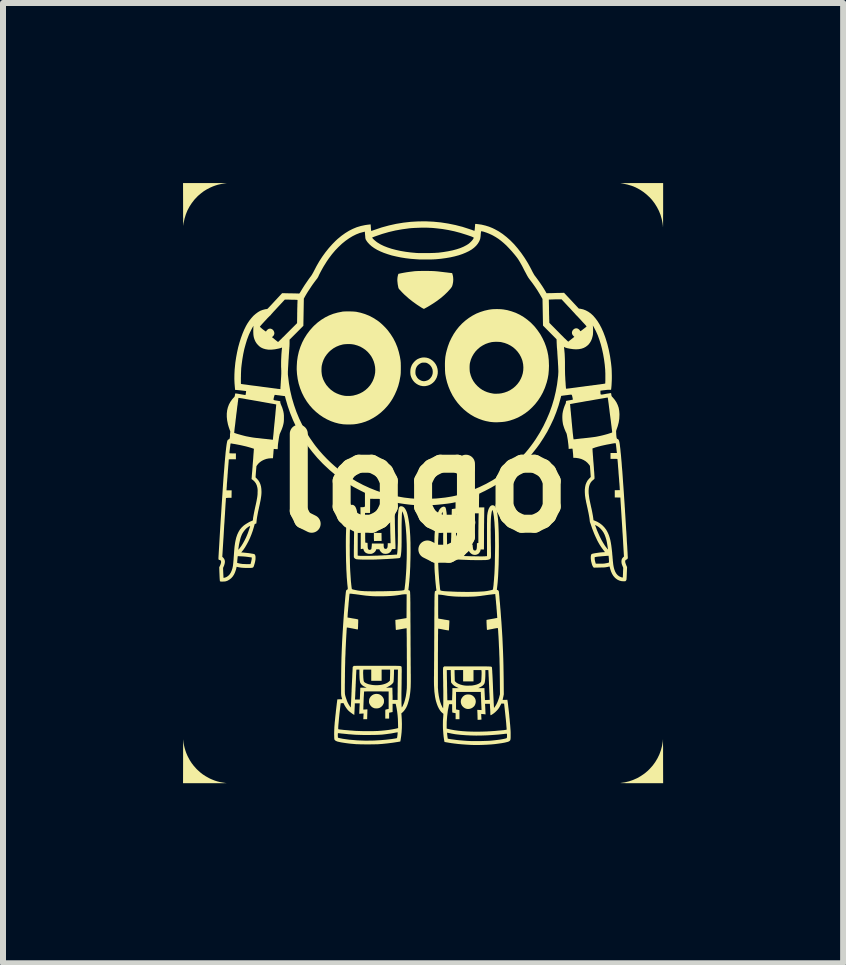
<source format=kicad_pcb>
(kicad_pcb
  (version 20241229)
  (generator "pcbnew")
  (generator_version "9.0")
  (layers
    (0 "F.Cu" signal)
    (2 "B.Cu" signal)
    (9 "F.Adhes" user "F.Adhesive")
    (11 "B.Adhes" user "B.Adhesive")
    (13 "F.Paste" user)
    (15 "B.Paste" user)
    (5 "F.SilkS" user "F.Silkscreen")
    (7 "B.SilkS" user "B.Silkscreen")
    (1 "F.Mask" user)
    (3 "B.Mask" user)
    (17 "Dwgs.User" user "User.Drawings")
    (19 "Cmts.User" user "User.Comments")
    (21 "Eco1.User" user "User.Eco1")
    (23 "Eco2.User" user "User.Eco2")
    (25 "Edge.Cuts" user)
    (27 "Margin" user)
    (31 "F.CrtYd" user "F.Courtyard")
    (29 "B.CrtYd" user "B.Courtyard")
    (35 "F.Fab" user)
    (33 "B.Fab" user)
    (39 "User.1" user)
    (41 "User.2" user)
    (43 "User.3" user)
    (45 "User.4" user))
  (footprint "logo"
    (layer "F.Cu")
    (at 4 4.999)
    (property "Reference" "logo" (at 0 0 0) (layer "F.SilkS") (effects (font (size 1.5 1.5) (thickness 0.3))))
    (attr board_only exclude_from_pos_files exclude_from_bom)
    (fp_poly (pts (xy 0.796 0.908) (xy 0.796 0.975) (xy 0.733 0.975) (xy 0.671 0.975) (xy 0.671 0.908) (xy 0.671 0.84) (xy 0.733 0.84) (xy 0.796 0.84)) (stroke (width 0) (type solid)) (fill yes) (layer "F.SilkS"))
    (fp_poly (pts (xy -0.756 0.831) (xy -0.693 0.831) (xy -0.692 0.898) (xy -0.691 0.965) (xy -0.75 0.965) (xy -0.769 0.965) (xy -0.787 0.966) (xy -0.801 0.966) (xy -0.811 0.967) (xy -0.814 0.967) (xy -0.816 0.967) (xy -0.817 0.965) (xy -0.818 0.961) (xy -0.819 0.953) (xy -0.819 0.94) (xy -0.82 0.923) (xy -0.82 0.899) (xy -0.82 0.83)) (stroke (width 0) (type solid)) (fill yes) (layer "F.SilkS"))
    (fp_poly (pts (xy 0.758 0.527) (xy 0.776 0.532) (xy 0.803 0.543) (xy 0.826 0.559) (xy 0.845 0.58) (xy 0.859 0.603) (xy 0.867 0.628) (xy 0.871 0.655) (xy 0.868 0.683) (xy 0.859 0.71) (xy 0.858 0.711) (xy 0.843 0.736) (xy 0.823 0.757) (xy 0.799 0.773) (xy 0.773 0.784) (xy 0.745 0.788) (xy 0.716 0.787) (xy 0.702 0.784) (xy 0.673 0.773) (xy 0.648 0.757) (xy 0.628 0.736) (xy 0.615 0.715) (xy 0.605 0.687) (xy 0.601 0.661) (xy 0.603 0.635) (xy 0.61 0.61) (xy 0.621 0.587) (xy 0.637 0.567) (xy 0.656 0.55) (xy 0.678 0.537) (xy 0.703 0.529) (xy 0.73 0.525)) (stroke (width 0) (type solid)) (fill yes) (layer "F.SilkS"))
    (fp_poly (pts (xy 0.774 3.524) (xy 0.797 3.529) (xy 0.818 3.539) (xy 0.829 3.546) (xy 0.849 3.564) (xy 0.864 3.586) (xy 0.874 3.61) (xy 0.878 3.636) (xy 0.876 3.662) (xy 0.869 3.687) (xy 0.857 3.711) (xy 0.848 3.722) (xy 0.826 3.741) (xy 0.801 3.755) (xy 0.774 3.763) (xy 0.746 3.765) (xy 0.724 3.762) (xy 0.698 3.753) (xy 0.674 3.737) (xy 0.654 3.717) (xy 0.649 3.711) (xy 0.636 3.686) (xy 0.629 3.66) (xy 0.628 3.633) (xy 0.633 3.607) (xy 0.645 3.582) (xy 0.662 3.56) (xy 0.666 3.556) (xy 0.683 3.542) (xy 0.7 3.532) (xy 0.718 3.526) (xy 0.741 3.523) (xy 0.747 3.523)) (stroke (width 0) (type solid)) (fill yes) (layer "F.SilkS"))
    (fp_poly (pts (xy -0.747 3.516) (xy -0.722 3.524) (xy -0.7 3.538) (xy -0.68 3.557) (xy -0.664 3.58) (xy -0.661 3.586) (xy -0.656 3.598) (xy -0.653 3.608) (xy -0.652 3.621) (xy -0.652 3.634) (xy -0.652 3.65) (xy -0.654 3.662) (xy -0.657 3.673) (xy -0.662 3.683) (xy -0.675 3.706) (xy -0.694 3.726) (xy -0.717 3.742) (xy -0.721 3.744) (xy -0.74 3.751) (xy -0.763 3.755) (xy -0.787 3.755) (xy -0.809 3.753) (xy -0.819 3.75) (xy -0.844 3.738) (xy -0.864 3.722) (xy -0.881 3.701) (xy -0.891 3.683) (xy -0.897 3.67) (xy -0.9 3.659) (xy -0.901 3.645) (xy -0.901 3.637) (xy -0.899 3.61) (xy -0.892 3.587) (xy -0.879 3.566) (xy -0.87 3.554) (xy -0.848 3.535) (xy -0.824 3.522) (xy -0.799 3.515) (xy -0.773 3.513)) (stroke (width 0) (type solid)) (fill yes) (layer "F.SilkS"))
    (fp_poly (pts (xy 3.998 4.276) (xy 3.998 4.284) (xy 3.998 4.298) (xy 3.998 4.317) (xy 3.998 4.342) (xy 3.998 4.371) (xy 3.999 4.405) (xy 3.999 4.442) (xy 3.999 4.483) (xy 3.999 4.527) (xy 3.999 4.574) (xy 3.999 4.623) (xy 3.999 4.632) (xy 4 5.002) (xy 3.631 5.002) (xy 3.579 5.002) (xy 3.53 5.001) (xy 3.485 5.001) (xy 3.443 5.001) (xy 3.406 5.001) (xy 3.373 5.001) (xy 3.345 5) (xy 3.322 5) (xy 3.305 5) (xy 3.294 4.999) (xy 3.288 4.999) (xy 3.289 4.998) (xy 3.363 4.987) (xy 3.434 4.97) (xy 3.502 4.946) (xy 3.568 4.917) (xy 3.63 4.881) (xy 3.69 4.84) (xy 3.746 4.793) (xy 3.778 4.761) (xy 3.827 4.706) (xy 3.869 4.648) (xy 3.906 4.586) (xy 3.937 4.522) (xy 3.962 4.454) (xy 3.981 4.383) (xy 3.994 4.308) (xy 3.997 4.274)) (stroke (width 0) (type solid)) (fill yes) (layer "F.SilkS"))
    (fp_poly (pts (xy -3.631 -4.998) (xy -3.582 -4.998) (xy -3.535 -4.998) (xy -3.491 -4.998) (xy -3.449 -4.998) (xy -3.411 -4.998) (xy -3.377 -4.998) (xy -3.346 -4.997) (xy -3.321 -4.997) (xy -3.3 -4.997) (xy -3.285 -4.997) (xy -3.276 -4.997) (xy -3.273 -4.997) (xy -3.273 -4.997) (xy -3.327 -4.989) (xy -3.375 -4.981) (xy -3.419 -4.971) (xy -3.461 -4.958) (xy -3.502 -4.943) (xy -3.543 -4.925) (xy -3.551 -4.921) (xy -3.605 -4.893) (xy -3.654 -4.863) (xy -3.699 -4.829) (xy -3.744 -4.791) (xy -3.759 -4.777) (xy -3.809 -4.724) (xy -3.854 -4.666) (xy -3.893 -4.606) (xy -3.927 -4.542) (xy -3.954 -4.475) (xy -3.975 -4.406) (xy -3.99 -4.334) (xy -3.996 -4.288) (xy -3.996 -4.288) (xy -3.997 -4.294) (xy -3.997 -4.306) (xy -3.997 -4.324) (xy -3.998 -4.347) (xy -3.998 -4.376) (xy -3.998 -4.409) (xy -3.999 -4.447) (xy -3.999 -4.489) (xy -3.999 -4.535) (xy -3.999 -4.584) (xy -3.999 -4.63) (xy -4 -4.999)) (stroke (width 0) (type solid)) (fill yes) (layer "F.SilkS"))
    (fp_poly (pts (xy 4 -4.631) (xy 4 -4.582) (xy 4 -4.535) (xy 4 -4.49) (xy 3.999 -4.448) (xy 3.999 -4.409) (xy 3.999 -4.373) (xy 3.999 -4.342) (xy 3.999 -4.316) (xy 3.999 -4.294) (xy 3.998 -4.278) (xy 3.998 -4.268) (xy 3.998 -4.264) (xy 3.998 -4.264) (xy 3.997 -4.267) (xy 3.996 -4.274) (xy 3.996 -4.277) (xy 3.996 -4.287) (xy 3.994 -4.3) (xy 3.992 -4.316) (xy 3.991 -4.326) (xy 3.977 -4.397) (xy 3.957 -4.467) (xy 3.93 -4.534) (xy 3.897 -4.598) (xy 3.859 -4.659) (xy 3.815 -4.717) (xy 3.778 -4.758) (xy 3.724 -4.808) (xy 3.667 -4.853) (xy 3.607 -4.892) (xy 3.543 -4.926) (xy 3.476 -4.953) (xy 3.406 -4.974) (xy 3.334 -4.989) (xy 3.289 -4.995) (xy 3.289 -4.995) (xy 3.295 -4.996) (xy 3.307 -4.996) (xy 3.325 -4.997) (xy 3.348 -4.997) (xy 3.377 -4.997) (xy 3.41 -4.997) (xy 3.448 -4.998) (xy 3.49 -4.998) (xy 3.536 -4.998) (xy 3.585 -4.998) (xy 3.631 -4.998) (xy 4 -4.999)) (stroke (width 0) (type solid)) (fill yes) (layer "F.SilkS"))
    (fp_poly (pts (xy -0.743 0.52) (xy -0.731 0.521) (xy -0.722 0.522) (xy -0.713 0.525) (xy -0.704 0.529) (xy -0.701 0.53) (xy -0.678 0.544) (xy -0.66 0.56) (xy -0.645 0.579) (xy -0.642 0.584) (xy -0.63 0.61) (xy -0.625 0.637) (xy -0.625 0.664) (xy -0.631 0.69) (xy -0.643 0.714) (xy -0.659 0.736) (xy -0.681 0.755) (xy -0.701 0.767) (xy -0.713 0.772) (xy -0.724 0.775) (xy -0.736 0.777) (xy -0.752 0.778) (xy -0.755 0.778) (xy -0.773 0.778) (xy -0.787 0.777) (xy -0.798 0.775) (xy -0.805 0.773) (xy -0.832 0.759) (xy -0.856 0.74) (xy -0.875 0.717) (xy -0.885 0.699) (xy -0.888 0.69) (xy -0.891 0.68) (xy -0.892 0.668) (xy -0.892 0.651) (xy -0.892 0.649) (xy -0.892 0.632) (xy -0.891 0.62) (xy -0.889 0.61) (xy -0.886 0.601) (xy -0.883 0.595) (xy -0.871 0.575) (xy -0.854 0.556) (xy -0.834 0.54) (xy -0.818 0.53) (xy -0.808 0.525) (xy -0.8 0.522) (xy -0.791 0.521) (xy -0.779 0.52) (xy -0.763 0.52) (xy -0.76 0.52)) (stroke (width 0) (type solid)) (fill yes) (layer "F.SilkS"))
    (fp_poly (pts (xy -3.997 4.276) (xy -3.991 4.328) (xy -3.983 4.374) (xy -3.973 4.417) (xy -3.961 4.457) (xy -3.947 4.497) (xy -3.93 4.537) (xy -3.919 4.56) (xy -3.889 4.616) (xy -3.857 4.666) (xy -3.821 4.713) (xy -3.78 4.759) (xy -3.759 4.78) (xy -3.715 4.82) (xy -3.67 4.855) (xy -3.622 4.886) (xy -3.57 4.915) (xy -3.551 4.925) (xy -3.509 4.943) (xy -3.469 4.959) (xy -3.427 4.972) (xy -3.383 4.983) (xy -3.336 4.991) (xy -3.283 4.999) (xy -3.273 5) (xy -3.275 5) (xy -3.283 5) (xy -3.298 5) (xy -3.317 5.001) (xy -3.342 5.001) (xy -3.372 5.001) (xy -3.406 5.001) (xy -3.443 5.001) (xy -3.484 5.001) (xy -3.528 5.001) (xy -3.575 5.002) (xy -3.624 5.002) (xy -3.631 5.002) (xy -4 5.002) (xy -3.999 4.634) (xy -3.999 4.585) (xy -3.999 4.538) (xy -3.999 4.493) (xy -3.999 4.452) (xy -3.999 4.414) (xy -3.998 4.379) (xy -3.998 4.349) (xy -3.998 4.323) (xy -3.998 4.303) (xy -3.998 4.288) (xy -3.998 4.278) (xy -3.998 4.276)) (stroke (width 0) (type solid)) (fill yes) (layer "F.SilkS"))
    (fp_poly (pts (xy 0.058 -2.089) (xy 0.093 -2.079) (xy 0.127 -2.062) (xy 0.158 -2.04) (xy 0.168 -2.031) (xy 0.194 -2.003) (xy 0.214 -1.973) (xy 0.23 -1.94) (xy 0.23 -1.938) (xy 0.241 -1.9) (xy 0.245 -1.862) (xy 0.244 -1.825) (xy 0.237 -1.79) (xy 0.226 -1.756) (xy 0.209 -1.725) (xy 0.189 -1.696) (xy 0.164 -1.671) (xy 0.136 -1.65) (xy 0.105 -1.633) (xy 0.071 -1.622) (xy 0.035 -1.615) (xy -0.003 -1.615) (xy -0.011 -1.616) (xy -0.047 -1.623) (xy -0.082 -1.637) (xy -0.114 -1.656) (xy -0.143 -1.68) (xy -0.168 -1.709) (xy -0.188 -1.742) (xy -0.19 -1.746) (xy -0.201 -1.773) (xy -0.209 -1.799) (xy -0.212 -1.827) (xy -0.213 -1.844) (xy -0.128 -1.844) (xy -0.127 -1.827) (xy -0.126 -1.815) (xy -0.123 -1.804) (xy -0.118 -1.792) (xy -0.114 -1.784) (xy -0.098 -1.756) (xy -0.077 -1.733) (xy -0.051 -1.716) (xy -0.023 -1.703) (xy -0.015 -1.701) (xy 0.001 -1.698) (xy 0.016 -1.697) (xy 0.032 -1.699) (xy 0.047 -1.702) (xy 0.076 -1.712) (xy 0.101 -1.727) (xy 0.122 -1.748) (xy 0.14 -1.772) (xy 0.153 -1.801) (xy 0.16 -1.829) (xy 0.161 -1.861) (xy 0.157 -1.892) (xy 0.146 -1.921) (xy 0.13 -1.948) (xy 0.109 -1.971) (xy 0.084 -1.989) (xy 0.072 -1.996) (xy 0.061 -2.001) (xy 0.051 -2.004) (xy 0.042 -2.006) (xy 0.029 -2.006) (xy 0.015 -2.007) (xy -0.001 -2.006) (xy -0.013 -2.006) (xy -0.022 -2.004) (xy -0.032 -2) (xy -0.041 -1.996) (xy -0.069 -1.979) (xy -0.092 -1.958) (xy -0.109 -1.934) (xy -0.121 -1.905) (xy -0.127 -1.873) (xy -0.128 -1.844) (xy -0.213 -1.844) (xy -0.213 -1.853) (xy -0.211 -1.889) (xy -0.205 -1.921) (xy -0.193 -1.953) (xy -0.186 -1.969) (xy -0.171 -1.992) (xy -0.152 -2.016) (xy -0.13 -2.038) (xy -0.107 -2.056) (xy -0.089 -2.067) (xy -0.053 -2.082) (xy -0.016 -2.091) (xy 0.021 -2.093)) (stroke (width 0) (type solid)) (fill yes) (layer "F.SilkS"))
    (fp_poly (pts (xy 0.066 -3.534) (xy 0.095 -3.534) (xy 0.121 -3.533) (xy 0.145 -3.533) (xy 0.168 -3.532) (xy 0.19 -3.531) (xy 0.214 -3.529) (xy 0.238 -3.527) (xy 0.266 -3.524) (xy 0.297 -3.52) (xy 0.332 -3.516) (xy 0.373 -3.511) (xy 0.384 -3.51) (xy 0.409 -3.507) (xy 0.431 -3.504) (xy 0.451 -3.502) (xy 0.467 -3.5) (xy 0.477 -3.499) (xy 0.482 -3.498) (xy 0.483 -3.498) (xy 0.485 -3.495) (xy 0.488 -3.487) (xy 0.491 -3.475) (xy 0.495 -3.461) (xy 0.498 -3.446) (xy 0.5 -3.431) (xy 0.501 -3.425) (xy 0.503 -3.387) (xy 0.5 -3.347) (xy 0.492 -3.307) (xy 0.487 -3.29) (xy 0.483 -3.278) (xy 0.477 -3.267) (xy 0.468 -3.254) (xy 0.456 -3.238) (xy 0.455 -3.237) (xy 0.408 -3.185) (xy 0.354 -3.133) (xy 0.294 -3.082) (xy 0.227 -3.032) (xy 0.174 -2.996) (xy 0.155 -2.984) (xy 0.134 -2.971) (xy 0.112 -2.957) (xy 0.09 -2.944) (xy 0.07 -2.932) (xy 0.051 -2.922) (xy 0.035 -2.913) (xy 0.023 -2.906) (xy 0.015 -2.903) (xy 0.013 -2.902) (xy 0.008 -2.904) (xy -0.001 -2.909) (xy -0.013 -2.915) (xy -0.025 -2.922) (xy -0.102 -2.972) (xy -0.173 -3.023) (xy -0.239 -3.075) (xy -0.296 -3.126) (xy -0.312 -3.14) (xy -0.329 -3.157) (xy -0.346 -3.174) (xy -0.362 -3.191) (xy -0.377 -3.208) (xy -0.391 -3.222) (xy -0.401 -3.234) (xy -0.407 -3.243) (xy -0.408 -3.244) (xy -0.411 -3.252) (xy -0.414 -3.265) (xy -0.417 -3.282) (xy -0.421 -3.301) (xy -0.424 -3.322) (xy -0.426 -3.342) (xy -0.428 -3.361) (xy -0.429 -3.367) (xy -0.429 -3.394) (xy -0.427 -3.422) (xy -0.422 -3.45) (xy -0.416 -3.473) (xy -0.411 -3.486) (xy -0.365 -3.496) (xy -0.323 -3.504) (xy -0.277 -3.512) (xy -0.228 -3.519) (xy -0.179 -3.525) (xy -0.157 -3.528) (xy -0.141 -3.53) (xy -0.124 -3.531) (xy -0.106 -3.532) (xy -0.085 -3.533) (xy -0.061 -3.533) (xy -0.032 -3.534) (xy 0.001 -3.534) (xy 0.032 -3.534)) (stroke (width 0) (type solid)) (fill yes) (layer "F.SilkS"))
    (fp_poly (pts (xy 1.264 -2.898) (xy 1.296 -2.897) (xy 1.325 -2.894) (xy 1.33 -2.894) (xy 1.404 -2.881) (xy 1.475 -2.861) (xy 1.545 -2.836) (xy 1.612 -2.804) (xy 1.676 -2.766) (xy 1.737 -2.722) (xy 1.795 -2.673) (xy 1.804 -2.664) (xy 1.858 -2.608) (xy 1.907 -2.546) (xy 1.952 -2.481) (xy 1.99 -2.413) (xy 2.023 -2.343) (xy 2.049 -2.273) (xy 2.07 -2.201) (xy 2.085 -2.128) (xy 2.094 -2.052) (xy 2.097 -1.972) (xy 2.098 -1.956) (xy 2.095 -1.881) (xy 2.089 -1.811) (xy 2.077 -1.743) (xy 2.06 -1.676) (xy 2.038 -1.61) (xy 2.027 -1.58) (xy 1.995 -1.508) (xy 1.958 -1.441) (xy 1.916 -1.377) (xy 1.87 -1.318) (xy 1.819 -1.263) (xy 1.765 -1.212) (xy 1.707 -1.167) (xy 1.646 -1.127) (xy 1.582 -1.092) (xy 1.515 -1.064) (xy 1.446 -1.041) (xy 1.402 -1.03) (xy 1.359 -1.022) (xy 1.313 -1.017) (xy 1.264 -1.014) (xy 1.216 -1.012) (xy 1.17 -1.014) (xy 1.136 -1.017) (xy 1.11 -1.02) (xy 1.081 -1.026) (xy 1.049 -1.032) (xy 1.019 -1.04) (xy 0.994 -1.047) (xy 0.925 -1.072) (xy 0.858 -1.102) (xy 0.794 -1.139) (xy 0.734 -1.181) (xy 0.677 -1.228) (xy 0.624 -1.28) (xy 0.575 -1.336) (xy 0.53 -1.397) (xy 0.49 -1.461) (xy 0.455 -1.53) (xy 0.425 -1.601) (xy 0.4 -1.676) (xy 0.391 -1.712) (xy 0.383 -1.743) (xy 0.378 -1.771) (xy 0.373 -1.797) (xy 0.369 -1.823) (xy 0.367 -1.85) (xy 0.365 -1.879) (xy 0.365 -1.912) (xy 0.365 -1.912) (xy 0.775 -1.912) (xy 0.776 -1.885) (xy 0.778 -1.86) (xy 0.78 -1.845) (xy 0.794 -1.793) (xy 0.813 -1.744) (xy 0.838 -1.698) (xy 0.869 -1.655) (xy 0.905 -1.616) (xy 0.945 -1.581) (xy 0.989 -1.551) (xy 1.021 -1.534) (xy 1.067 -1.515) (xy 1.115 -1.501) (xy 1.166 -1.491) (xy 1.184 -1.489) (xy 1.198 -1.488) (xy 1.217 -1.488) (xy 1.239 -1.489) (xy 1.262 -1.49) (xy 1.283 -1.492) (xy 1.301 -1.495) (xy 1.305 -1.495) (xy 1.357 -1.508) (xy 1.407 -1.526) (xy 1.454 -1.55) (xy 1.498 -1.579) (xy 1.538 -1.613) (xy 1.574 -1.652) (xy 1.605 -1.694) (xy 1.63 -1.74) (xy 1.647 -1.781) (xy 1.661 -1.828) (xy 1.669 -1.878) (xy 1.671 -1.929) (xy 1.667 -1.98) (xy 1.657 -2.029) (xy 1.651 -2.051) (xy 1.631 -2.1) (xy 1.606 -2.146) (xy 1.575 -2.189) (xy 1.54 -2.227) (xy 1.5 -2.262) (xy 1.456 -2.291) (xy 1.409 -2.315) (xy 1.359 -2.334) (xy 1.306 -2.347) (xy 1.299 -2.349) (xy 1.283 -2.351) (xy 1.262 -2.352) (xy 1.24 -2.353) (xy 1.223 -2.354) (xy 1.201 -2.353) (xy 1.179 -2.352) (xy 1.159 -2.35) (xy 1.146 -2.349) (xy 1.093 -2.336) (xy 1.042 -2.318) (xy 0.995 -2.294) (xy 0.951 -2.266) (xy 0.911 -2.232) (xy 0.875 -2.195) (xy 0.844 -2.153) (xy 0.818 -2.108) (xy 0.797 -2.06) (xy 0.783 -2.01) (xy 0.778 -1.987) (xy 0.776 -1.965) (xy 0.775 -1.94) (xy 0.775 -1.912) (xy 0.365 -1.912) (xy 0.364 -1.949) (xy 0.364 -1.956) (xy 0.364 -1.995) (xy 0.365 -2.028) (xy 0.367 -2.058) (xy 0.369 -2.084) (xy 0.372 -2.11) (xy 0.377 -2.136) (xy 0.382 -2.164) (xy 0.39 -2.195) (xy 0.391 -2.2) (xy 0.413 -2.276) (xy 0.44 -2.349) (xy 0.473 -2.418) (xy 0.51 -2.484) (xy 0.552 -2.546) (xy 0.598 -2.604) (xy 0.649 -2.658) (xy 0.703 -2.706) (xy 0.761 -2.75) (xy 0.822 -2.789) (xy 0.886 -2.823) (xy 0.953 -2.85) (xy 1.022 -2.872) (xy 1.093 -2.888) (xy 1.133 -2.894) (xy 1.161 -2.897) (xy 1.194 -2.898) (xy 1.229 -2.899)) (stroke (width 0) (type solid)) (fill yes) (layer "F.SilkS"))
    (fp_poly (pts (xy -1.22 -2.86) (xy -1.19 -2.859) (xy -1.162 -2.858) (xy -1.138 -2.856) (xy -1.119 -2.854) (xy -1.116 -2.854) (xy -1.041 -2.838) (xy -0.969 -2.816) (xy -0.899 -2.788) (xy -0.832 -2.753) (xy -0.767 -2.712) (xy -0.739 -2.692) (xy -0.718 -2.675) (xy -0.693 -2.653) (xy -0.668 -2.63) (xy -0.643 -2.605) (xy -0.619 -2.58) (xy -0.598 -2.556) (xy -0.587 -2.543) (xy -0.539 -2.478) (xy -0.496 -2.41) (xy -0.46 -2.339) (xy -0.429 -2.264) (xy -0.405 -2.186) (xy -0.386 -2.105) (xy -0.379 -2.062) (xy -0.376 -2.046) (xy -0.375 -2.031) (xy -0.373 -2.015) (xy -0.372 -1.999) (xy -0.372 -1.979) (xy -0.371 -1.956) (xy -0.371 -1.927) (xy -0.371 -1.919) (xy -0.371 -1.889) (xy -0.372 -1.864) (xy -0.372 -1.844) (xy -0.373 -1.827) (xy -0.374 -1.811) (xy -0.376 -1.796) (xy -0.378 -1.78) (xy -0.379 -1.775) (xy -0.394 -1.694) (xy -0.414 -1.618) (xy -0.44 -1.546) (xy -0.471 -1.476) (xy -0.507 -1.408) (xy -0.533 -1.367) (xy -0.56 -1.328) (xy -0.588 -1.292) (xy -0.619 -1.257) (xy -0.646 -1.228) (xy -0.703 -1.175) (xy -0.762 -1.129) (xy -0.825 -1.088) (xy -0.89 -1.053) (xy -0.957 -1.024) (xy -1.027 -1.002) (xy -1.099 -0.986) (xy -1.15 -0.979) (xy -1.166 -0.978) (xy -1.188 -0.977) (xy -1.213 -0.976) (xy -1.239 -0.976) (xy -1.266 -0.976) (xy -1.291 -0.977) (xy -1.313 -0.978) (xy -1.33 -0.979) (xy -1.331 -0.979) (xy -1.401 -0.99) (xy -1.47 -1.008) (xy -1.538 -1.032) (xy -1.603 -1.062) (xy -1.667 -1.098) (xy -1.727 -1.139) (xy -1.784 -1.185) (xy -1.838 -1.236) (xy -1.888 -1.292) (xy -1.933 -1.352) (xy -1.94 -1.362) (xy -1.983 -1.432) (xy -2.019 -1.504) (xy -2.049 -1.579) (xy -2.073 -1.656) (xy -2.09 -1.735) (xy -2.101 -1.816) (xy -2.106 -1.894) (xy -1.693 -1.894) (xy -1.693 -1.861) (xy -1.69 -1.829) (xy -1.686 -1.799) (xy -1.682 -1.78) (xy -1.665 -1.728) (xy -1.641 -1.68) (xy -1.613 -1.635) (xy -1.578 -1.594) (xy -1.539 -1.556) (xy -1.495 -1.524) (xy -1.48 -1.514) (xy -1.441 -1.494) (xy -1.399 -1.477) (xy -1.354 -1.463) (xy -1.309 -1.454) (xy -1.298 -1.453) (xy -1.273 -1.451) (xy -1.244 -1.451) (xy -1.213 -1.452) (xy -1.183 -1.455) (xy -1.157 -1.459) (xy -1.155 -1.46) (xy -1.102 -1.474) (xy -1.051 -1.494) (xy -1.004 -1.519) (xy -0.96 -1.55) (xy -0.921 -1.585) (xy -0.886 -1.625) (xy -0.869 -1.649) (xy -0.842 -1.695) (xy -0.822 -1.742) (xy -0.808 -1.789) (xy -0.799 -1.838) (xy -0.797 -1.886) (xy -0.8 -1.934) (xy -0.809 -1.981) (xy -0.822 -2.026) (xy -0.841 -2.07) (xy -0.864 -2.112) (xy -0.893 -2.151) (xy -0.925 -2.187) (xy -0.962 -2.22) (xy -1.003 -2.248) (xy -1.047 -2.273) (xy -1.095 -2.292) (xy -1.147 -2.307) (xy -1.171 -2.311) (xy -1.194 -2.314) (xy -1.221 -2.316) (xy -1.25 -2.316) (xy -1.279 -2.315) (xy -1.307 -2.313) (xy -1.331 -2.31) (xy -1.341 -2.308) (xy -1.395 -2.293) (xy -1.446 -2.272) (xy -1.494 -2.245) (xy -1.538 -2.212) (xy -1.568 -2.185) (xy -1.604 -2.144) (xy -1.635 -2.1) (xy -1.659 -2.053) (xy -1.677 -2.003) (xy -1.689 -1.953) (xy -1.692 -1.925) (xy -1.693 -1.894) (xy -2.106 -1.894) (xy -2.106 -1.899) (xy -2.105 -1.949) (xy -2.1 -2.032) (xy -2.088 -2.113) (xy -2.07 -2.192) (xy -2.045 -2.268) (xy -2.015 -2.341) (xy -1.979 -2.411) (xy -1.937 -2.478) (xy -1.889 -2.542) (xy -1.836 -2.602) (xy -1.813 -2.625) (xy -1.756 -2.676) (xy -1.695 -2.721) (xy -1.632 -2.76) (xy -1.566 -2.793) (xy -1.497 -2.82) (xy -1.425 -2.84) (xy -1.349 -2.855) (xy -1.348 -2.856) (xy -1.33 -2.858) (xy -1.307 -2.859) (xy -1.28 -2.86) (xy -1.25 -2.86)) (stroke (width 0) (type solid)) (fill yes) (layer "F.SilkS"))
    (fp_poly (pts (xy 1.17 0.371) (xy 1.186 0.378) (xy 1.199 0.391) (xy 1.211 0.41) (xy 1.221 0.436) (xy 1.229 0.468) (xy 1.229 0.469) (xy 1.235 0.498) (xy 1.24 0.53) (xy 1.244 0.563) (xy 1.248 0.598) (xy 1.251 0.637) (xy 1.254 0.679) (xy 1.256 0.725) (xy 1.258 0.776) (xy 1.26 0.831) (xy 1.261 0.893) (xy 1.262 0.96) (xy 1.262 0.975) (xy 1.263 1.053) (xy 1.262 1.131) (xy 1.262 1.207) (xy 1.26 1.282) (xy 1.259 1.354) (xy 1.256 1.424) (xy 1.253 1.49) (xy 1.25 1.552) (xy 1.246 1.609) (xy 1.242 1.661) (xy 1.237 1.708) (xy 1.234 1.734) (xy 1.232 1.753) (xy 1.23 1.766) (xy 1.23 1.774) (xy 1.23 1.779) (xy 1.231 1.781) (xy 1.234 1.781) (xy 1.236 1.781) (xy 1.244 1.784) (xy 1.253 1.791) (xy 1.26 1.799) (xy 1.261 1.802) (xy 1.262 1.809) (xy 1.264 1.822) (xy 1.266 1.84) (xy 1.268 1.864) (xy 1.271 1.892) (xy 1.273 1.923) (xy 1.276 1.958) (xy 1.28 1.995) (xy 1.283 2.034) (xy 1.286 2.075) (xy 1.29 2.117) (xy 1.293 2.158) (xy 1.296 2.2) (xy 1.299 2.24) (xy 1.302 2.279) (xy 1.305 2.315) (xy 1.307 2.347) (xy 1.315 2.468) (xy 1.322 2.584) (xy 1.327 2.697) (xy 1.332 2.809) (xy 1.336 2.921) (xy 1.339 3.035) (xy 1.341 3.152) (xy 1.343 3.273) (xy 1.343 3.294) (xy 1.345 3.52) (xy 1.337 3.561) (xy 1.333 3.577) (xy 1.33 3.592) (xy 1.327 3.602) (xy 1.326 3.608) (xy 1.325 3.611) (xy 1.326 3.612) (xy 1.33 3.613) (xy 1.338 3.614) (xy 1.351 3.613) (xy 1.363 3.613) (xy 1.404 3.612) (xy 1.406 3.624) (xy 1.408 3.633) (xy 1.41 3.649) (xy 1.413 3.669) (xy 1.416 3.695) (xy 1.419 3.724) (xy 1.423 3.756) (xy 1.427 3.79) (xy 1.431 3.826) (xy 1.435 3.863) (xy 1.438 3.9) (xy 1.442 3.936) (xy 1.445 3.971) (xy 1.448 4.004) (xy 1.451 4.034) (xy 1.453 4.061) (xy 1.454 4.074) (xy 1.456 4.102) (xy 1.458 4.131) (xy 1.459 4.16) (xy 1.459 4.188) (xy 1.459 4.214) (xy 1.459 4.236) (xy 1.458 4.255) (xy 1.457 4.268) (xy 1.456 4.272) (xy 1.453 4.283) (xy 1.446 4.293) (xy 1.437 4.301) (xy 1.424 4.308) (xy 1.406 4.314) (xy 1.382 4.32) (xy 1.362 4.325) (xy 1.312 4.334) (xy 1.256 4.342) (xy 1.195 4.35) (xy 1.131 4.356) (xy 1.065 4.36) (xy 0.997 4.363) (xy 0.93 4.365) (xy 0.864 4.365) (xy 0.8 4.364) (xy 0.789 4.363) (xy 0.721 4.359) (xy 0.651 4.354) (xy 0.583 4.348) (xy 0.518 4.34) (xy 0.514 4.34) (xy 0.496 4.337) (xy 0.476 4.335) (xy 0.454 4.331) (xy 0.433 4.328) (xy 0.412 4.324) (xy 0.393 4.321) (xy 0.377 4.318) (xy 0.365 4.316) (xy 0.358 4.315) (xy 0.357 4.314) (xy 0.356 4.31) (xy 0.354 4.3) (xy 0.351 4.285) (xy 0.348 4.267) (xy 0.345 4.247) (xy 0.342 4.226) (xy 0.34 4.205) (xy 0.338 4.185) (xy 0.337 4.179) (xy 0.337 4.172) (xy 0.4 4.172) (xy 0.401 4.183) (xy 0.403 4.2) (xy 0.405 4.219) (xy 0.411 4.26) (xy 0.431 4.263) (xy 0.466 4.269) (xy 0.505 4.274) (xy 0.548 4.28) (xy 0.593 4.285) (xy 0.639 4.289) (xy 0.685 4.293) (xy 0.727 4.296) (xy 0.743 4.297) (xy 0.765 4.298) (xy 0.793 4.299) (xy 0.824 4.3) (xy 0.859 4.3) (xy 0.896 4.3) (xy 0.934 4.299) (xy 0.972 4.299) (xy 1.009 4.298) (xy 1.044 4.297) (xy 1.076 4.296) (xy 1.103 4.295) (xy 1.125 4.293) (xy 1.128 4.293) (xy 1.184 4.287) (xy 1.235 4.281) (xy 1.281 4.275) (xy 1.322 4.268) (xy 1.357 4.261) (xy 1.362 4.26) (xy 1.377 4.256) (xy 1.386 4.253) (xy 1.392 4.25) (xy 1.395 4.246) (xy 1.396 4.245) (xy 1.397 4.237) (xy 1.398 4.226) (xy 1.399 4.213) (xy 1.398 4.199) (xy 1.398 4.188) (xy 1.397 4.18) (xy 1.395 4.177) (xy 1.391 4.177) (xy 1.381 4.177) (xy 1.367 4.179) (xy 1.351 4.18) (xy 1.349 4.181) (xy 1.255 4.191) (xy 1.16 4.198) (xy 1.066 4.204) (xy 0.973 4.207) (xy 0.883 4.208) (xy 0.795 4.206) (xy 0.711 4.202) (xy 0.631 4.196) (xy 0.557 4.188) (xy 0.542 4.186) (xy 0.522 4.183) (xy 0.5 4.179) (xy 0.477 4.175) (xy 0.455 4.17) (xy 0.435 4.166) (xy 0.418 4.163) (xy 0.407 4.16) (xy 0.404 4.16) (xy 0.401 4.161) (xy 0.4 4.165) (xy 0.4 4.172) (xy 0.337 4.172) (xy 0.332 4.103) (xy 0.331 4.091) (xy 0.393 4.091) (xy 0.407 4.095) (xy 0.46 4.107) (xy 0.52 4.118) (xy 0.584 4.127) (xy 0.654 4.134) (xy 0.729 4.139) (xy 0.808 4.142) (xy 0.891 4.143) (xy 0.978 4.142) (xy 1.068 4.139) (xy 1.079 4.138) (xy 1.105 4.137) (xy 1.134 4.135) (xy 1.165 4.133) (xy 1.196 4.131) (xy 1.228 4.128) (xy 1.259 4.125) (xy 1.288 4.123) (xy 1.315 4.12) (xy 1.339 4.118) (xy 1.36 4.115) (xy 1.376 4.113) (xy 1.386 4.111) (xy 1.391 4.11) (xy 1.391 4.11) (xy 1.392 4.106) (xy 1.392 4.095) (xy 1.391 4.08) (xy 1.389 4.059) (xy 1.387 4.034) (xy 1.385 4.005) (xy 1.382 3.974) (xy 1.379 3.939) (xy 1.375 3.904) (xy 1.371 3.866) (xy 1.367 3.828) (xy 1.363 3.791) (xy 1.359 3.754) (xy 1.35 3.676) (xy 1.327 3.675) (xy 1.305 3.674) (xy 1.287 3.707) (xy 1.272 3.735) (xy 1.257 3.758) (xy 1.241 3.778) (xy 1.223 3.797) (xy 1.212 3.808) (xy 1.198 3.821) (xy 1.181 3.835) (xy 1.164 3.847) (xy 1.148 3.858) (xy 1.134 3.866) (xy 1.127 3.869) (xy 1.125 3.869) (xy 1.124 3.867) (xy 1.122 3.861) (xy 1.121 3.85) (xy 1.12 3.835) (xy 1.12 3.819) (xy 1.119 3.796) (xy 1.118 3.771) (xy 1.116 3.746) (xy 1.115 3.724) (xy 1.115 3.723) (xy 1.113 3.678) (xy 1.073 3.678) (xy 1.032 3.678) (xy 1.034 3.711) (xy 1.035 3.726) (xy 1.036 3.746) (xy 1.037 3.769) (xy 1.038 3.791) (xy 1.038 3.799) (xy 1.041 3.855) (xy 1.026 3.853) (xy 1.014 3.851) (xy 0.999 3.85) (xy 0.989 3.849) (xy 0.968 3.847) (xy 0.97 3.894) (xy 0.973 3.941) (xy 0.96 3.943) (xy 0.949 3.944) (xy 0.935 3.945) (xy 0.927 3.945) (xy 0.908 3.945) (xy 0.908 3.916) (xy 0.907 3.902) (xy 0.907 3.883) (xy 0.906 3.861) (xy 0.906 3.84) (xy 0.905 3.832) (xy 0.903 3.779) (xy 0.938 3.781) (xy 0.974 3.783) (xy 0.968 3.649) (xy 0.967 3.618) (xy 0.966 3.59) (xy 0.964 3.563) (xy 0.964 3.54) (xy 0.963 3.521) (xy 0.962 3.507) (xy 0.962 3.499) (xy 0.962 3.498) (xy 0.962 3.481) (xy 0.755 3.481) (xy 0.549 3.481) (xy 0.549 3.627) (xy 0.549 3.772) (xy 0.565 3.776) (xy 0.578 3.778) (xy 0.59 3.781) (xy 0.594 3.781) (xy 0.606 3.784) (xy 0.606 3.859) (xy 0.606 3.935) (xy 0.574 3.935) (xy 0.542 3.935) (xy 0.542 3.885) (xy 0.542 3.835) (xy 0.517 3.83) (xy 0.505 3.828) (xy 0.495 3.826) (xy 0.489 3.825) (xy 0.489 3.824) (xy 0.487 3.822) (xy 0.486 3.816) (xy 0.485 3.805) (xy 0.485 3.79) (xy 0.484 3.768) (xy 0.484 3.754) (xy 0.484 3.685) (xy 0.459 3.685) (xy 0.434 3.685) (xy 0.429 3.708) (xy 0.412 3.795) (xy 0.401 3.886) (xy 0.394 3.978) (xy 0.393 4.043) (xy 0.393 4.091) (xy 0.331 4.091) (xy 0.33 4.029) (xy 0.331 3.954) (xy 0.337 3.877) (xy 0.337 3.869) (xy 0.339 3.846) (xy 0.322 3.832) (xy 0.301 3.813) (xy 0.281 3.787) (xy 0.262 3.756) (xy 0.244 3.719) (xy 0.229 3.679) (xy 0.215 3.634) (xy 0.208 3.605) (xy 0.2 3.565) (xy 0.194 3.521) (xy 0.188 3.475) (xy 0.185 3.424) (xy 0.182 3.369) (xy 0.181 3.309) (xy 0.181 3.243) (xy 0.181 3.222) (xy 0.182 3.22) (xy 0.247 3.22) (xy 0.247 3.26) (xy 0.247 3.296) (xy 0.247 3.329) (xy 0.247 3.358) (xy 0.247 3.382) (xy 0.247 3.401) (xy 0.247 3.414) (xy 0.248 3.421) (xy 0.253 3.484) (xy 0.261 3.543) (xy 0.272 3.598) (xy 0.285 3.647) (xy 0.301 3.691) (xy 0.319 3.729) (xy 0.324 3.739) (xy 0.334 3.754) (xy 0.336 3.678) (xy 0.337 3.661) (xy 0.337 3.638) (xy 0.337 3.61) (xy 0.337 3.577) (xy 0.337 3.541) (xy 0.337 3.503) (xy 0.337 3.462) (xy 0.336 3.421) (xy 0.335 3.379) (xy 0.335 3.373) (xy 0.335 3.321) (xy 0.334 3.276) (xy 0.333 3.237) (xy 0.333 3.203) (xy 0.332 3.174) (xy 0.332 3.149) (xy 0.332 3.129) (xy 0.332 3.116) (xy 0.395 3.116) (xy 0.397 3.261) (xy 0.398 3.297) (xy 0.399 3.336) (xy 0.399 3.376) (xy 0.4 3.415) (xy 0.401 3.452) (xy 0.401 3.486) (xy 0.402 3.513) (xy 0.404 3.62) (xy 0.444 3.62) (xy 0.483 3.62) (xy 0.485 3.552) (xy 0.486 3.528) (xy 0.487 3.504) (xy 0.487 3.482) (xy 0.488 3.463) (xy 0.488 3.45) (xy 0.488 3.417) (xy 0.92 3.417) (xy 0.971 3.417) (xy 1.023 3.417) (xy 1.023 3.426) (xy 1.023 3.435) (xy 1.023 3.449) (xy 1.024 3.466) (xy 1.025 3.486) (xy 1.026 3.507) (xy 1.027 3.53) (xy 1.028 3.551) (xy 1.029 3.571) (xy 1.03 3.588) (xy 1.03 3.602) (xy 1.031 3.61) (xy 1.031 3.613) (xy 1.034 3.615) (xy 1.039 3.616) (xy 1.049 3.616) (xy 1.064 3.615) (xy 1.071 3.615) (xy 1.086 3.614) (xy 1.099 3.613) (xy 1.107 3.613) (xy 1.11 3.612) (xy 1.11 3.609) (xy 1.109 3.599) (xy 1.109 3.584) (xy 1.108 3.565) (xy 1.107 3.541) (xy 1.106 3.513) (xy 1.104 3.483) (xy 1.103 3.45) (xy 1.101 3.416) (xy 1.1 3.381) (xy 1.098 3.346) (xy 1.097 3.31) (xy 1.095 3.276) (xy 1.094 3.244) (xy 1.092 3.214) (xy 1.091 3.186) (xy 1.09 3.163) (xy 1.089 3.143) (xy 1.088 3.129) (xy 1.088 3.12) (xy 1.087 3.117) (xy 1.084 3.116) (xy 1.076 3.116) (xy 1.064 3.116) (xy 1.063 3.116) (xy 1.038 3.116) (xy 1.038 3.181) (xy 1.037 3.224) (xy 1.035 3.261) (xy 1.032 3.291) (xy 1.029 3.316) (xy 1.024 3.334) (xy 1.021 3.342) (xy 1.009 3.36) (xy 0.991 3.377) (xy 0.967 3.393) (xy 0.95 3.402) (xy 0.92 3.417) (xy 0.488 3.417) (xy 0.541 3.417) (xy 0.594 3.417) (xy 0.576 3.409) (xy 0.543 3.393) (xy 0.514 3.375) (xy 0.491 3.354) (xy 0.477 3.337) (xy 0.466 3.321) (xy 0.464 3.241) (xy 0.463 3.217) (xy 0.462 3.194) (xy 0.462 3.173) (xy 0.461 3.155) (xy 0.461 3.143) (xy 0.461 3.139) (xy 0.461 3.116) (xy 0.524 3.116) (xy 0.526 3.208) (xy 0.529 3.3) (xy 0.543 3.315) (xy 0.564 3.332) (xy 0.591 3.346) (xy 0.624 3.359) (xy 0.663 3.369) (xy 0.694 3.374) (xy 0.705 3.375) (xy 0.721 3.376) (xy 0.74 3.376) (xy 0.76 3.376) (xy 0.781 3.375) (xy 0.8 3.375) (xy 0.815 3.374) (xy 0.822 3.373) (xy 0.856 3.367) (xy 0.888 3.359) (xy 0.915 3.349) (xy 0.937 3.338) (xy 0.954 3.325) (xy 0.955 3.324) (xy 0.962 3.316) (xy 0.966 3.308) (xy 0.968 3.297) (xy 0.969 3.289) (xy 0.971 3.273) (xy 0.972 3.252) (xy 0.973 3.23) (xy 0.974 3.207) (xy 0.975 3.184) (xy 0.975 3.164) (xy 0.975 3.148) (xy 0.974 3.136) (xy 0.974 3.135) (xy 0.971 3.116) (xy 0.906 3.116) (xy 0.84 3.116) (xy 0.84 3.211) (xy 0.84 3.305) (xy 0.754 3.305) (xy 0.667 3.305) (xy 0.667 3.211) (xy 0.667 3.116) (xy 0.596 3.116) (xy 0.524 3.116) (xy 0.461 3.116) (xy 0.428 3.116) (xy 0.395 3.116) (xy 0.332 3.116) (xy 0.332 3.113) (xy 0.332 3.1) (xy 0.333 3.09) (xy 0.333 3.082) (xy 0.334 3.077) (xy 0.335 3.073) (xy 0.336 3.071) (xy 0.337 3.069) (xy 0.339 3.067) (xy 0.341 3.066) (xy 0.342 3.065) (xy 0.352 3.055) (xy 0.741 3.055) (xy 0.801 3.055) (xy 0.855 3.055) (xy 0.903 3.055) (xy 0.945 3.055) (xy 0.982 3.055) (xy 1.015 3.055) (xy 1.042 3.055) (xy 1.065 3.056) (xy 1.085 3.056) (xy 1.1 3.057) (xy 1.113 3.057) (xy 1.123 3.058) (xy 1.131 3.06) (xy 1.136 3.061) (xy 1.14 3.062) (xy 1.143 3.064) (xy 1.145 3.066) (xy 1.146 3.069) (xy 1.146 3.071) (xy 1.147 3.074) (xy 1.148 3.079) (xy 1.149 3.09) (xy 1.15 3.107) (xy 1.152 3.13) (xy 1.153 3.157) (xy 1.155 3.19) (xy 1.157 3.226) (xy 1.159 3.267) (xy 1.161 3.311) (xy 1.163 3.358) (xy 1.165 3.408) (xy 1.165 3.414) (xy 1.167 3.46) (xy 1.169 3.505) (xy 1.171 3.548) (xy 1.173 3.587) (xy 1.175 3.623) (xy 1.176 3.656) (xy 1.178 3.684) (xy 1.179 3.707) (xy 1.18 3.726) (xy 1.181 3.738) (xy 1.181 3.745) (xy 1.181 3.746) (xy 1.184 3.744) (xy 1.19 3.738) (xy 1.198 3.726) (xy 1.208 3.71) (xy 1.214 3.702) (xy 1.228 3.675) (xy 1.242 3.644) (xy 1.255 3.609) (xy 1.267 3.574) (xy 1.27 3.561) (xy 1.281 3.52) (xy 1.279 3.28) (xy 1.278 3.201) (xy 1.277 3.127) (xy 1.276 3.056) (xy 1.274 2.989) (xy 1.273 2.922) (xy 1.27 2.856) (xy 1.268 2.788) (xy 1.264 2.718) (xy 1.261 2.645) (xy 1.257 2.566) (xy 1.254 2.52) (xy 1.252 2.488) (xy 1.251 2.463) (xy 1.249 2.444) (xy 1.248 2.43) (xy 1.246 2.421) (xy 1.245 2.416) (xy 1.244 2.416) (xy 1.24 2.416) (xy 1.23 2.417) (xy 1.215 2.42) (xy 1.196 2.423) (xy 1.175 2.427) (xy 1.153 2.432) (xy 1.13 2.436) (xy 1.109 2.44) (xy 1.091 2.444) (xy 1.077 2.446) (xy 1.068 2.447) (xy 1.065 2.447) (xy 1.064 2.444) (xy 1.063 2.434) (xy 1.062 2.42) (xy 1.061 2.403) (xy 1.06 2.384) (xy 1.059 2.363) (xy 1.058 2.343) (xy 1.057 2.323) (xy 1.057 2.307) (xy 1.057 2.293) (xy 1.057 2.284) (xy 1.057 2.281) (xy 1.061 2.28) (xy 1.07 2.278) (xy 1.084 2.275) (xy 1.103 2.272) (xy 1.124 2.268) (xy 1.147 2.264) (xy 1.17 2.26) (xy 1.191 2.256) (xy 1.209 2.252) (xy 1.223 2.25) (xy 1.232 2.248) (xy 1.235 2.247) (xy 1.236 2.244) (xy 1.235 2.234) (xy 1.234 2.219) (xy 1.233 2.2) (xy 1.231 2.176) (xy 1.229 2.15) (xy 1.227 2.121) (xy 1.224 2.091) (xy 1.222 2.06) (xy 1.219 2.029) (xy 1.216 1.998) (xy 1.214 1.969) (xy 1.211 1.941) (xy 1.209 1.917) (xy 1.207 1.895) (xy 1.205 1.879) (xy 1.204 1.867) (xy 1.204 1.863) (xy 1.202 1.849) (xy 1.189 1.851) (xy 1.182 1.852) (xy 1.169 1.853) (xy 1.152 1.855) (xy 1.133 1.858) (xy 1.119 1.859) (xy 1.094 1.862) (xy 1.065 1.866) (xy 1.036 1.87) (xy 1.01 1.874) (xy 1.004 1.874) (xy 0.967 1.88) (xy 0.933 1.884) (xy 0.901 1.887) (xy 0.868 1.89) (xy 0.835 1.892) (xy 0.799 1.893) (xy 0.76 1.894) (xy 0.715 1.894) (xy 0.694 1.895) (xy 0.637 1.894) (xy 0.585 1.893) (xy 0.538 1.891) (xy 0.494 1.888) (xy 0.452 1.884) (xy 0.412 1.88) (xy 0.372 1.873) (xy 0.349 1.869) (xy 0.33 1.866) (xy 0.308 1.863) (xy 0.289 1.861) (xy 0.282 1.861) (xy 0.251 1.858) (xy 0.251 2.059) (xy 0.251 2.095) (xy 0.251 2.129) (xy 0.251 2.16) (xy 0.251 2.188) (xy 0.252 2.212) (xy 0.252 2.232) (xy 0.252 2.247) (xy 0.253 2.256) (xy 0.253 2.259) (xy 0.258 2.259) (xy 0.267 2.261) (xy 0.282 2.263) (xy 0.299 2.266) (xy 0.319 2.269) (xy 0.341 2.273) (xy 0.362 2.277) (xy 0.383 2.28) (xy 0.402 2.283) (xy 0.418 2.286) (xy 0.43 2.288) (xy 0.437 2.29) (xy 0.438 2.29) (xy 0.438 2.294) (xy 0.438 2.303) (xy 0.438 2.317) (xy 0.437 2.334) (xy 0.436 2.353) (xy 0.435 2.374) (xy 0.434 2.394) (xy 0.433 2.414) (xy 0.432 2.431) (xy 0.431 2.444) (xy 0.43 2.453) (xy 0.43 2.457) (xy 0.426 2.456) (xy 0.417 2.455) (xy 0.403 2.453) (xy 0.384 2.45) (xy 0.363 2.446) (xy 0.341 2.442) (xy 0.317 2.437) (xy 0.296 2.433) (xy 0.278 2.43) (xy 0.264 2.428) (xy 0.255 2.427) (xy 0.251 2.426) (xy 0.251 2.43) (xy 0.251 2.44) (xy 0.25 2.456) (xy 0.25 2.477) (xy 0.25 2.503) (xy 0.249 2.534) (xy 0.249 2.569) (xy 0.249 2.607) (xy 0.248 2.648) (xy 0.248 2.692) (xy 0.248 2.738) (xy 0.248 2.786) (xy 0.247 2.835) (xy 0.247 2.885) (xy 0.247 2.936) (xy 0.247 2.986) (xy 0.247 3.036) (xy 0.247 3.084) (xy 0.247 3.132) (xy 0.247 3.177) (xy 0.247 3.22) (xy 0.182 3.22) (xy 0.182 3.207) (xy 0.182 3.186) (xy 0.182 3.158) (xy 0.182 3.126) (xy 0.183 3.088) (xy 0.183 3.045) (xy 0.183 2.998) (xy 0.184 2.947) (xy 0.184 2.892) (xy 0.184 2.835) (xy 0.185 2.774) (xy 0.185 2.712) (xy 0.185 2.647) (xy 0.186 2.581) (xy 0.186 2.514) (xy 0.186 2.464) (xy 0.187 2.385) (xy 0.187 2.313) (xy 0.187 2.247) (xy 0.188 2.187) (xy 0.188 2.133) (xy 0.188 2.084) (xy 0.189 2.04) (xy 0.189 2.001) (xy 0.189 1.966) (xy 0.19 1.936) (xy 0.19 1.909) (xy 0.191 1.886) (xy 0.191 1.867) (xy 0.192 1.851) (xy 0.193 1.837) (xy 0.194 1.827) (xy 0.195 1.818) (xy 0.196 1.811) (xy 0.197 1.807) (xy 0.199 1.803) (xy 0.2 1.801) (xy 0.202 1.799) (xy 0.204 1.798) (xy 0.206 1.798) (xy 0.209 1.797) (xy 0.211 1.796) (xy 0.212 1.796) (xy 0.22 1.792) (xy 0.222 1.787) (xy 0.222 1.785) (xy 0.221 1.778) (xy 0.219 1.764) (xy 0.216 1.745) (xy 0.214 1.721) (xy 0.211 1.693) (xy 0.208 1.663) (xy 0.205 1.63) (xy 0.202 1.595) (xy 0.2 1.559) (xy 0.197 1.523) (xy 0.194 1.488) (xy 0.192 1.455) (xy 0.191 1.434) (xy 0.19 1.408) (xy 0.19 1.378) (xy 0.189 1.343) (xy 0.189 1.304) (xy 0.188 1.263) (xy 0.188 1.22) (xy 0.188 1.176) (xy 0.188 1.131) (xy 0.188 1.107) (xy 0.248 1.107) (xy 0.248 1.185) (xy 0.249 1.264) (xy 0.252 1.345) (xy 0.255 1.427) (xy 0.26 1.51) (xy 0.266 1.592) (xy 0.268 1.614) (xy 0.27 1.638) (xy 0.272 1.664) (xy 0.275 1.69) (xy 0.278 1.714) (xy 0.28 1.737) (xy 0.282 1.756) (xy 0.284 1.772) (xy 0.286 1.781) (xy 0.286 1.784) (xy 0.289 1.788) (xy 0.296 1.792) (xy 0.308 1.795) (xy 0.324 1.798) (xy 0.346 1.801) (xy 0.373 1.803) (xy 0.407 1.805) (xy 0.415 1.805) (xy 0.495 1.809) (xy 0.57 1.812) (xy 0.64 1.813) (xy 0.706 1.814) (xy 0.769 1.814) (xy 0.829 1.813) (xy 0.881 1.812) (xy 0.908 1.811) (xy 0.936 1.81) (xy 0.962 1.808) (xy 0.985 1.807) (xy 1.005 1.806) (xy 1.018 1.805) (xy 1.033 1.803) (xy 1.051 1.801) (xy 1.071 1.798) (xy 1.091 1.794) (xy 1.111 1.79) (xy 1.129 1.786) (xy 1.145 1.782) (xy 1.156 1.779) (xy 1.161 1.776) (xy 1.162 1.776) (xy 1.163 1.771) (xy 1.166 1.76) (xy 1.168 1.743) (xy 1.171 1.722) (xy 1.174 1.697) (xy 1.176 1.668) (xy 1.179 1.637) (xy 1.182 1.604) (xy 1.184 1.57) (xy 1.187 1.535) (xy 1.189 1.505) (xy 1.191 1.46) (xy 1.193 1.41) (xy 1.195 1.356) (xy 1.196 1.299) (xy 1.197 1.24) (xy 1.198 1.18) (xy 1.199 1.12) (xy 1.2 1.06) (xy 1.2 1.002) (xy 1.199 0.947) (xy 1.199 0.895) (xy 1.198 0.847) (xy 1.197 0.804) (xy 1.196 0.776) (xy 1.192 0.712) (xy 1.189 0.655) (xy 1.184 0.605) (xy 1.18 0.561) (xy 1.174 0.524) (xy 1.169 0.493) (xy 1.165 0.477) (xy 1.161 0.461) (xy 1.157 0.453) (xy 1.154 0.45) (xy 1.152 0.454) (xy 1.148 0.464) (xy 1.146 0.471) (xy 1.142 0.488) (xy 1.139 0.508) (xy 1.136 0.529) (xy 1.133 0.554) (xy 1.131 0.581) (xy 1.129 0.613) (xy 1.128 0.648) (xy 1.127 0.687) (xy 1.127 0.732) (xy 1.126 0.781) (xy 1.127 0.836) (xy 1.127 0.897) (xy 1.128 0.964) (xy 1.128 0.984) (xy 1.129 1.032) (xy 1.13 1.074) (xy 1.13 1.11) (xy 1.13 1.14) (xy 1.131 1.166) (xy 1.131 1.187) (xy 1.131 1.204) (xy 1.131 1.218) (xy 1.13 1.228) (xy 1.13 1.236) (xy 1.129 1.242) (xy 1.128 1.246) (xy 1.128 1.249) (xy 1.127 1.252) (xy 1.126 1.253) (xy 1.121 1.26) (xy 1.115 1.266) (xy 1.107 1.271) (xy 1.096 1.275) (xy 1.083 1.278) (xy 1.066 1.281) (xy 1.045 1.283) (xy 1.02 1.284) (xy 0.989 1.284) (xy 0.953 1.285) (xy 0.916 1.285) (xy 0.852 1.284) (xy 0.784 1.283) (xy 0.711 1.28) (xy 0.633 1.277) (xy 0.549 1.272) (xy 0.461 1.267) (xy 0.432 1.265) (xy 0.408 1.264) (xy 0.39 1.262) (xy 0.376 1.259) (xy 0.366 1.256) (xy 0.359 1.252) (xy 0.354 1.246) (xy 0.351 1.238) (xy 0.349 1.227) (xy 0.348 1.214) (xy 0.347 1.21) (xy 0.344 1.19) (xy 0.342 1.169) (xy 0.34 1.149) (xy 0.338 1.127) (xy 0.337 1.104) (xy 0.336 1.078) (xy 0.335 1.05) (xy 0.335 1.018) (xy 0.335 0.981) (xy 0.334 0.94) (xy 0.334 0.892) (xy 0.335 0.857) (xy 0.335 0.799) (xy 0.335 0.746) (xy 0.334 0.696) (xy 0.334 0.651) (xy 0.333 0.61) (xy 0.332 0.575) (xy 0.33 0.545) (xy 0.329 0.52) (xy 0.327 0.502) (xy 0.325 0.491) (xy 0.323 0.479) (xy 0.317 0.493) (xy 0.306 0.523) (xy 0.296 0.56) (xy 0.286 0.602) (xy 0.278 0.651) (xy 0.271 0.704) (xy 0.264 0.762) (xy 0.259 0.824) (xy 0.255 0.89) (xy 0.251 0.959) (xy 0.249 1.032) (xy 0.248 1.107) (xy 0.188 1.107) (xy 0.188 1.087) (xy 0.188 1.044) (xy 0.189 1.003) (xy 0.189 0.965) (xy 0.19 0.931) (xy 0.19 0.901) (xy 0.191 0.876) (xy 0.192 0.856) (xy 0.192 0.853) (xy 0.198 0.784) (xy 0.204 0.722) (xy 0.211 0.665) (xy 0.219 0.615) (xy 0.227 0.57) (xy 0.237 0.531) (xy 0.247 0.496) (xy 0.259 0.467) (xy 0.263 0.459) (xy 0.276 0.437) (xy 0.291 0.419) (xy 0.308 0.405) (xy 0.325 0.397) (xy 0.342 0.393) (xy 0.358 0.396) (xy 0.361 0.397) (xy 0.368 0.402) (xy 0.373 0.409) (xy 0.378 0.421) (xy 0.382 0.437) (xy 0.384 0.447) (xy 0.386 0.46) (xy 0.388 0.473) (xy 0.39 0.486) (xy 0.392 0.5) (xy 0.393 0.516) (xy 0.394 0.533) (xy 0.395 0.553) (xy 0.396 0.576) (xy 0.396 0.602) (xy 0.397 0.632) (xy 0.397 0.667) (xy 0.397 0.707) (xy 0.398 0.752) (xy 0.398 0.803) (xy 0.398 0.818) (xy 0.398 0.871) (xy 0.398 0.918) (xy 0.399 0.959) (xy 0.399 0.996) (xy 0.399 1.027) (xy 0.4 1.055) (xy 0.401 1.079) (xy 0.401 1.1) (xy 0.402 1.119) (xy 0.404 1.135) (xy 0.405 1.151) (xy 0.406 1.166) (xy 0.408 1.18) (xy 0.409 1.183) (xy 0.41 1.192) (xy 0.413 1.197) (xy 0.418 1.199) (xy 0.425 1.2) (xy 0.432 1.201) (xy 0.446 1.202) (xy 0.465 1.203) (xy 0.489 1.205) (xy 0.516 1.207) (xy 0.547 1.208) (xy 0.581 1.21) (xy 0.616 1.212) (xy 0.653 1.214) (xy 0.686 1.216) (xy 0.712 1.217) (xy 0.741 1.218) (xy 0.773 1.219) (xy 0.807 1.22) (xy 0.841 1.22) (xy 0.875 1.221) (xy 0.909 1.221) (xy 0.94 1.222) (xy 0.969 1.222) (xy 0.994 1.222) (xy 1.014 1.221) (xy 1.029 1.221) (xy 1.033 1.22) (xy 1.065 1.218) (xy 1.065 0.889) (xy 1.065 0.834) (xy 1.065 0.785) (xy 1.065 0.742) (xy 1.065 0.704) (xy 1.065 0.671) (xy 1.066 0.643) (xy 1.066 0.619) (xy 1.066 0.599) (xy 1.067 0.582) (xy 1.067 0.568) (xy 1.068 0.556) (xy 1.068 0.545) (xy 1.069 0.537) (xy 1.07 0.529) (xy 1.071 0.522) (xy 1.071 0.522) (xy 1.075 0.494) (xy 1.08 0.473) (xy 1.085 0.454) (xy 1.09 0.438) (xy 1.097 0.422) (xy 1.1 0.417) (xy 1.112 0.396) (xy 1.125 0.382) (xy 1.14 0.373) (xy 1.152 0.37)) (stroke (width 0) (type solid)) (fill yes) (layer "F.SilkS"))
    (fp_poly (pts (xy -1.166 0.365) (xy -1.152 0.372) (xy -1.138 0.384) (xy -1.127 0.399) (xy -1.118 0.418) (xy -1.11 0.44) (xy -1.103 0.467) (xy -1.097 0.499) (xy -1.095 0.513) (xy -1.094 0.52) (xy -1.093 0.528) (xy -1.092 0.537) (xy -1.091 0.547) (xy -1.091 0.559) (xy -1.09 0.573) (xy -1.09 0.59) (xy -1.09 0.61) (xy -1.089 0.633) (xy -1.089 0.661) (xy -1.089 0.693) (xy -1.089 0.73) (xy -1.089 0.773) (xy -1.089 0.821) (xy -1.089 0.875) (xy -1.089 0.881) (xy -1.09 1.209) (xy -1.072 1.211) (xy -1.063 1.212) (xy -1.048 1.213) (xy -1.027 1.213) (xy -1.003 1.213) (xy -0.975 1.213) (xy -0.944 1.213) (xy -0.912 1.213) (xy -0.88 1.213) (xy -0.847 1.212) (xy -0.815 1.211) (xy -0.785 1.21) (xy -0.758 1.21) (xy -0.752 1.209) (xy -0.731 1.208) (xy -0.706 1.207) (xy -0.679 1.206) (xy -0.651 1.204) (xy -0.621 1.203) (xy -0.591 1.201) (xy -0.562 1.199) (xy -0.533 1.198) (xy -0.507 1.196) (xy -0.484 1.195) (xy -0.464 1.193) (xy -0.449 1.192) (xy -0.439 1.192) (xy -0.435 1.191) (xy -0.435 1.191) (xy -0.434 1.188) (xy -0.433 1.179) (xy -0.431 1.167) (xy -0.43 1.16) (xy -0.427 1.128) (xy -0.425 1.089) (xy -0.423 1.043) (xy -0.421 0.992) (xy -0.421 0.934) (xy -0.42 0.87) (xy -0.421 0.804) (xy -0.421 0.74) (xy -0.421 0.683) (xy -0.421 0.631) (xy -0.42 0.586) (xy -0.419 0.545) (xy -0.416 0.51) (xy -0.414 0.479) (xy -0.411 0.453) (xy -0.407 0.43) (xy -0.403 0.413) (xy -0.396 0.399) (xy -0.385 0.39) (xy -0.37 0.386) (xy -0.366 0.386) (xy -0.347 0.389) (xy -0.33 0.397) (xy -0.314 0.41) (xy -0.299 0.429) (xy -0.285 0.454) (xy -0.272 0.484) (xy -0.261 0.52) (xy -0.251 0.563) (xy -0.242 0.611) (xy -0.233 0.666) (xy -0.226 0.727) (xy -0.22 0.794) (xy -0.215 0.868) (xy -0.213 0.904) (xy -0.212 0.945) (xy -0.21 0.992) (xy -0.21 1.044) (xy -0.209 1.099) (xy -0.209 1.156) (xy -0.21 1.215) (xy -0.211 1.275) (xy -0.213 1.333) (xy -0.214 1.39) (xy -0.217 1.445) (xy -0.219 1.495) (xy -0.22 1.512) (xy -0.222 1.538) (xy -0.224 1.567) (xy -0.227 1.597) (xy -0.229 1.628) (xy -0.232 1.658) (xy -0.235 1.687) (xy -0.237 1.713) (xy -0.24 1.736) (xy -0.242 1.755) (xy -0.244 1.77) (xy -0.245 1.777) (xy -0.245 1.782) (xy -0.24 1.786) (xy -0.235 1.788) (xy -0.233 1.789) (xy -0.23 1.789) (xy -0.228 1.789) (xy -0.226 1.79) (xy -0.224 1.792) (xy -0.222 1.794) (xy -0.221 1.797) (xy -0.22 1.802) (xy -0.218 1.808) (xy -0.217 1.817) (xy -0.216 1.827) (xy -0.216 1.841) (xy -0.215 1.857) (xy -0.214 1.876) (xy -0.214 1.899) (xy -0.213 1.925) (xy -0.213 1.956) (xy -0.212 1.99) (xy -0.212 2.03) (xy -0.212 2.074) (xy -0.212 2.123) (xy -0.211 2.178) (xy -0.211 2.238) (xy -0.211 2.304) (xy -0.21 2.377) (xy -0.21 2.434) (xy -0.21 2.501) (xy -0.209 2.567) (xy -0.209 2.633) (xy -0.209 2.697) (xy -0.208 2.759) (xy -0.208 2.82) (xy -0.208 2.877) (xy -0.207 2.932) (xy -0.207 2.982) (xy -0.207 3.029) (xy -0.206 3.072) (xy -0.206 3.11) (xy -0.206 3.142) (xy -0.206 3.169) (xy -0.205 3.189) (xy -0.205 3.196) (xy -0.205 3.255) (xy -0.205 3.308) (xy -0.206 3.356) (xy -0.207 3.399) (xy -0.21 3.439) (xy -0.213 3.475) (xy -0.217 3.51) (xy -0.222 3.543) (xy -0.227 3.575) (xy -0.229 3.583) (xy -0.236 3.613) (xy -0.245 3.645) (xy -0.254 3.676) (xy -0.264 3.704) (xy -0.271 3.72) (xy -0.282 3.743) (xy -0.296 3.766) (xy -0.311 3.787) (xy -0.327 3.806) (xy -0.342 3.821) (xy -0.355 3.832) (xy -0.357 3.833) (xy -0.359 3.834) (xy -0.361 3.837) (xy -0.362 3.843) (xy -0.361 3.852) (xy -0.36 3.865) (xy -0.359 3.876) (xy -0.355 3.944) (xy -0.353 4.013) (xy -0.354 4.082) (xy -0.358 4.151) (xy -0.365 4.216) (xy -0.374 4.276) (xy -0.374 4.277) (xy -0.38 4.307) (xy -0.421 4.314) (xy -0.505 4.327) (xy -0.592 4.338) (xy -0.681 4.347) (xy -0.748 4.352) (xy -0.768 4.353) (xy -0.792 4.353) (xy -0.822 4.354) (xy -0.855 4.354) (xy -0.89 4.355) (xy -0.926 4.355) (xy -0.962 4.355) (xy -0.997 4.354) (xy -1.03 4.354) (xy -1.06 4.353) (xy -1.085 4.352) (xy -1.105 4.352) (xy -1.106 4.352) (xy -1.152 4.348) (xy -1.199 4.344) (xy -1.245 4.339) (xy -1.289 4.333) (xy -1.33 4.327) (xy -1.367 4.321) (xy -1.399 4.314) (xy -1.426 4.308) (xy -1.431 4.306) (xy -1.451 4.298) (xy -1.466 4.288) (xy -1.476 4.276) (xy -1.477 4.276) (xy -1.478 4.268) (xy -1.48 4.255) (xy -1.481 4.237) (xy -1.481 4.215) (xy -1.482 4.193) (xy -1.421 4.193) (xy -1.421 4.207) (xy -1.42 4.22) (xy -1.42 4.232) (xy -1.419 4.24) (xy -1.419 4.242) (xy -1.413 4.245) (xy -1.401 4.248) (xy -1.385 4.252) (xy -1.364 4.256) (xy -1.34 4.261) (xy -1.314 4.265) (xy -1.285 4.269) (xy -1.257 4.273) (xy -1.228 4.277) (xy -1.224 4.277) (xy -1.091 4.288) (xy -0.957 4.293) (xy -0.821 4.291) (xy -0.82 4.291) (xy -0.717 4.285) (xy -0.62 4.277) (xy -0.526 4.266) (xy -0.473 4.258) (xy -0.456 4.255) (xy -0.446 4.253) (xy -0.439 4.251) (xy -0.436 4.248) (xy -0.434 4.245) (xy -0.433 4.242) (xy -0.432 4.234) (xy -0.43 4.222) (xy -0.428 4.208) (xy -0.426 4.193) (xy -0.425 4.178) (xy -0.424 4.166) (xy -0.424 4.157) (xy -0.424 4.154) (xy -0.428 4.153) (xy -0.437 4.155) (xy -0.45 4.157) (xy -0.466 4.16) (xy -0.467 4.16) (xy -0.498 4.166) (xy -0.535 4.173) (xy -0.575 4.178) (xy -0.618 4.184) (xy -0.66 4.189) (xy -0.687 4.192) (xy -0.708 4.193) (xy -0.735 4.195) (xy -0.767 4.196) (xy -0.802 4.197) (xy -0.841 4.197) (xy -0.881 4.198) (xy -0.922 4.198) (xy -0.963 4.198) (xy -1.003 4.198) (xy -1.041 4.197) (xy -1.077 4.196) (xy -1.108 4.195) (xy -1.134 4.194) (xy -1.143 4.193) (xy -1.173 4.191) (xy -1.205 4.188) (xy -1.239 4.186) (xy -1.273 4.182) (xy -1.305 4.179) (xy -1.335 4.176) (xy -1.36 4.174) (xy -1.381 4.171) (xy -1.383 4.171) (xy -1.398 4.169) (xy -1.409 4.168) (xy -1.417 4.168) (xy -1.419 4.168) (xy -1.42 4.172) (xy -1.42 4.181) (xy -1.421 4.193) (xy -1.482 4.193) (xy -1.482 4.19) (xy -1.482 4.162) (xy -1.481 4.133) (xy -1.48 4.104) (xy -1.479 4.088) (xy -1.414 4.088) (xy -1.414 4.097) (xy -1.414 4.101) (xy -1.409 4.103) (xy -1.398 4.105) (xy -1.382 4.107) (xy -1.362 4.109) (xy -1.337 4.112) (xy -1.31 4.115) (xy -1.28 4.117) (xy -1.248 4.12) (xy -1.216 4.123) (xy -1.183 4.125) (xy -1.151 4.128) (xy -1.12 4.13) (xy -1.091 4.131) (xy -1.089 4.131) (xy -1.06 4.132) (xy -1.027 4.133) (xy -0.991 4.134) (xy -0.953 4.134) (xy -0.914 4.134) (xy -0.876 4.134) (xy -0.84 4.134) (xy -0.807 4.133) (xy -0.778 4.132) (xy -0.762 4.132) (xy -0.697 4.127) (xy -0.634 4.121) (xy -0.574 4.114) (xy -0.518 4.105) (xy -0.466 4.095) (xy -0.447 4.091) (xy -0.416 4.083) (xy -0.418 3.997) (xy -0.42 3.931) (xy -0.425 3.868) (xy -0.432 3.808) (xy -0.441 3.753) (xy -0.451 3.703) (xy -0.454 3.691) (xy -0.457 3.678) (xy -0.483 3.678) (xy -0.508 3.678) (xy -0.508 3.747) (xy -0.508 3.816) (xy -0.521 3.818) (xy -0.532 3.821) (xy -0.546 3.823) (xy -0.549 3.824) (xy -0.566 3.827) (xy -0.566 3.876) (xy -0.566 3.925) (xy -0.598 3.925) (xy -0.63 3.925) (xy -0.63 3.851) (xy -0.63 3.826) (xy -0.63 3.808) (xy -0.63 3.795) (xy -0.629 3.786) (xy -0.628 3.78) (xy -0.627 3.777) (xy -0.625 3.775) (xy -0.623 3.775) (xy -0.622 3.775) (xy -0.615 3.773) (xy -0.604 3.77) (xy -0.594 3.768) (xy -0.574 3.764) (xy -0.574 3.619) (xy -0.574 3.473) (xy -0.777 3.472) (xy -0.814 3.472) (xy -0.848 3.472) (xy -0.88 3.472) (xy -0.908 3.472) (xy -0.933 3.472) (xy -0.954 3.473) (xy -0.969 3.473) (xy -0.979 3.473) (xy -0.983 3.474) (xy -0.983 3.478) (xy -0.984 3.487) (xy -0.985 3.502) (xy -0.986 3.521) (xy -0.987 3.543) (xy -0.989 3.568) (xy -0.99 3.595) (xy -0.991 3.623) (xy -0.992 3.65) (xy -0.993 3.677) (xy -0.994 3.702) (xy -0.995 3.725) (xy -0.995 3.744) (xy -0.996 3.759) (xy -0.996 3.77) (xy -0.995 3.774) (xy -0.995 3.774) (xy -0.992 3.775) (xy -0.983 3.774) (xy -0.97 3.773) (xy -0.962 3.773) (xy -0.948 3.772) (xy -0.937 3.771) (xy -0.93 3.771) (xy -0.929 3.771) (xy -0.928 3.775) (xy -0.928 3.784) (xy -0.928 3.798) (xy -0.929 3.817) (xy -0.929 3.838) (xy -0.93 3.854) (xy -0.932 3.935) (xy -0.964 3.935) (xy -0.996 3.935) (xy -0.994 3.888) (xy -0.991 3.84) (xy -1.028 3.842) (xy -1.064 3.845) (xy -1.062 3.798) (xy -1.061 3.776) (xy -1.06 3.752) (xy -1.059 3.728) (xy -1.058 3.711) (xy -1.056 3.671) (xy -1.097 3.671) (xy -1.138 3.671) (xy -1.138 3.682) (xy -1.138 3.69) (xy -1.138 3.702) (xy -1.139 3.719) (xy -1.14 3.738) (xy -1.141 3.759) (xy -1.142 3.78) (xy -1.143 3.801) (xy -1.144 3.821) (xy -1.145 3.838) (xy -1.146 3.852) (xy -1.146 3.861) (xy -1.147 3.864) (xy -1.15 3.862) (xy -1.157 3.858) (xy -1.168 3.851) (xy -1.182 3.842) (xy -1.186 3.839) (xy -1.221 3.813) (xy -1.252 3.785) (xy -1.278 3.752) (xy -1.302 3.715) (xy -1.313 3.694) (xy -1.326 3.667) (xy -1.35 3.668) (xy -1.373 3.669) (xy -1.379 3.719) (xy -1.384 3.762) (xy -1.389 3.805) (xy -1.394 3.847) (xy -1.398 3.888) (xy -1.402 3.927) (xy -1.405 3.963) (xy -1.408 3.996) (xy -1.411 4.026) (xy -1.413 4.051) (xy -1.414 4.072) (xy -1.414 4.088) (xy -1.479 4.088) (xy -1.479 4.075) (xy -1.477 4.048) (xy -1.475 4.027) (xy -1.473 3.996) (xy -1.469 3.96) (xy -1.465 3.92) (xy -1.461 3.879) (xy -1.456 3.836) (xy -1.452 3.794) (xy -1.447 3.754) (xy -1.443 3.718) (xy -1.439 3.686) (xy -1.438 3.674) (xy -1.435 3.654) (xy -1.433 3.636) (xy -1.431 3.621) (xy -1.43 3.611) (xy -1.429 3.606) (xy -1.429 3.606) (xy -1.426 3.605) (xy -1.417 3.604) (xy -1.405 3.604) (xy -1.389 3.603) (xy -1.388 3.603) (xy -1.371 3.603) (xy -1.359 3.603) (xy -1.353 3.602) (xy -1.35 3.601) (xy -1.349 3.599) (xy -1.349 3.597) (xy -1.351 3.592) (xy -1.354 3.581) (xy -1.358 3.568) (xy -1.359 3.563) (xy -1.361 3.557) (xy -1.362 3.551) (xy -1.363 3.545) (xy -1.364 3.538) (xy -1.365 3.53) (xy -1.365 3.519) (xy -1.366 3.507) (xy -1.366 3.491) (xy -1.366 3.471) (xy -1.366 3.447) (xy -1.366 3.445) (xy -1.304 3.445) (xy -1.304 3.465) (xy -1.304 3.481) (xy -1.303 3.495) (xy -1.303 3.505) (xy -1.302 3.514) (xy -1.301 3.521) (xy -1.3 3.527) (xy -1.299 3.533) (xy -1.299 3.534) (xy -1.293 3.556) (xy -1.285 3.582) (xy -1.276 3.608) (xy -1.267 3.633) (xy -1.258 3.655) (xy -1.254 3.662) (xy -1.248 3.674) (xy -1.241 3.687) (xy -1.232 3.701) (xy -1.224 3.714) (xy -1.216 3.726) (xy -1.21 3.734) (xy -1.206 3.739) (xy -1.206 3.739) (xy -1.205 3.736) (xy -1.204 3.726) (xy -1.203 3.711) (xy -1.202 3.69) (xy -1.201 3.665) (xy -1.199 3.636) (xy -1.198 3.607) (xy -1.135 3.607) (xy -1.095 3.607) (xy -1.054 3.607) (xy -1.052 3.558) (xy -1.051 3.534) (xy -1.05 3.507) (xy -1.049 3.481) (xy -1.048 3.46) (xy -1.046 3.411) (xy -1.028 3.41) (xy -0.618 3.41) (xy -0.565 3.41) (xy -0.512 3.41) (xy -0.51 3.482) (xy -0.51 3.506) (xy -0.509 3.529) (xy -0.508 3.551) (xy -0.508 3.569) (xy -0.508 3.583) (xy -0.508 3.584) (xy -0.508 3.614) (xy -0.467 3.614) (xy -0.425 3.614) (xy -0.425 3.564) (xy -0.425 3.551) (xy -0.425 3.532) (xy -0.425 3.508) (xy -0.424 3.48) (xy -0.424 3.448) (xy -0.424 3.414) (xy -0.423 3.377) (xy -0.423 3.339) (xy -0.422 3.311) (xy -0.419 3.109) (xy -0.452 3.109) (xy -0.484 3.109) (xy -0.485 3.135) (xy -0.485 3.167) (xy -0.486 3.197) (xy -0.487 3.226) (xy -0.488 3.252) (xy -0.489 3.276) (xy -0.491 3.295) (xy -0.492 3.309) (xy -0.494 3.317) (xy -0.494 3.319) (xy -0.508 3.339) (xy -0.529 3.359) (xy -0.554 3.377) (xy -0.585 3.394) (xy -0.588 3.396) (xy -0.618 3.41) (xy -1.028 3.41) (xy -0.993 3.41) (xy -0.94 3.409) (xy -0.96 3.401) (xy -0.991 3.386) (xy -1.016 3.368) (xy -1.035 3.348) (xy -1.048 3.326) (xy -1.048 3.326) (xy -1.051 3.314) (xy -1.054 3.296) (xy -1.057 3.272) (xy -1.059 3.245) (xy -1.06 3.214) (xy -1.061 3.181) (xy -1.061 3.174) (xy -1.061 3.172) (xy -0.999 3.172) (xy -0.998 3.195) (xy -0.997 3.218) (xy -0.996 3.242) (xy -0.994 3.263) (xy -0.992 3.281) (xy -0.99 3.296) (xy -0.987 3.305) (xy -0.987 3.306) (xy -0.977 3.319) (xy -0.961 3.33) (xy -0.94 3.34) (xy -0.915 3.35) (xy -0.886 3.357) (xy -0.855 3.363) (xy -0.822 3.367) (xy -0.787 3.369) (xy -0.753 3.368) (xy -0.723 3.366) (xy -0.685 3.36) (xy -0.65 3.351) (xy -0.619 3.34) (xy -0.592 3.326) (xy -0.571 3.31) (xy -0.569 3.308) (xy -0.553 3.293) (xy -0.551 3.229) (xy -0.55 3.206) (xy -0.55 3.184) (xy -0.549 3.164) (xy -0.549 3.147) (xy -0.549 3.137) (xy -0.549 3.109) (xy -0.62 3.109) (xy -0.691 3.109) (xy -0.691 3.202) (xy -0.691 3.295) (xy -0.777 3.295) (xy -0.864 3.295) (xy -0.864 3.202) (xy -0.864 3.109) (xy -0.929 3.109) (xy -0.995 3.109) (xy -0.997 3.122) (xy -0.998 3.134) (xy -0.999 3.152) (xy -0.999 3.172) (xy -1.061 3.172) (xy -1.061 3.109) (xy -1.086 3.109) (xy -1.11 3.109) (xy -1.112 3.123) (xy -1.113 3.129) (xy -1.113 3.141) (xy -1.114 3.159) (xy -1.115 3.181) (xy -1.117 3.208) (xy -1.118 3.238) (xy -1.119 3.271) (xy -1.121 3.307) (xy -1.122 3.344) (xy -1.123 3.346) (xy -1.124 3.384) (xy -1.126 3.42) (xy -1.127 3.455) (xy -1.129 3.486) (xy -1.13 3.515) (xy -1.131 3.539) (xy -1.132 3.559) (xy -1.133 3.573) (xy -1.133 3.581) (xy -1.135 3.607) (xy -1.198 3.607) (xy -1.198 3.603) (xy -1.196 3.567) (xy -1.194 3.528) (xy -1.193 3.488) (xy -1.192 3.486) (xy -1.191 3.442) (xy -1.189 3.399) (xy -1.187 3.356) (xy -1.185 3.315) (xy -1.183 3.276) (xy -1.181 3.24) (xy -1.18 3.209) (xy -1.179 3.182) (xy -1.178 3.16) (xy -1.177 3.149) (xy -1.173 3.065) (xy -1.164 3.056) (xy -1.155 3.046) (xy -0.769 3.045) (xy -0.708 3.045) (xy -0.654 3.045) (xy -0.606 3.045) (xy -0.563 3.045) (xy -0.526 3.045) (xy -0.494 3.045) (xy -0.466 3.045) (xy -0.443 3.046) (xy -0.423 3.046) (xy -0.407 3.047) (xy -0.395 3.048) (xy -0.384 3.048) (xy -0.377 3.05) (xy -0.371 3.051) (xy -0.367 3.053) (xy -0.364 3.055) (xy -0.362 3.057) (xy -0.361 3.059) (xy -0.36 3.062) (xy -0.359 3.065) (xy -0.358 3.068) (xy -0.357 3.074) (xy -0.357 3.082) (xy -0.357 3.093) (xy -0.356 3.107) (xy -0.356 3.126) (xy -0.356 3.149) (xy -0.357 3.177) (xy -0.357 3.21) (xy -0.357 3.248) (xy -0.358 3.293) (xy -0.358 3.323) (xy -0.359 3.39) (xy -0.36 3.451) (xy -0.361 3.507) (xy -0.361 3.557) (xy -0.361 3.602) (xy -0.36 3.64) (xy -0.36 3.672) (xy -0.359 3.698) (xy -0.358 3.718) (xy -0.356 3.731) (xy -0.355 3.738) (xy -0.354 3.739) (xy -0.35 3.734) (xy -0.345 3.725) (xy -0.338 3.713) (xy -0.334 3.704) (xy -0.316 3.661) (xy -0.301 3.611) (xy -0.288 3.556) (xy -0.279 3.496) (xy -0.272 3.43) (xy -0.271 3.412) (xy -0.271 3.403) (xy -0.271 3.388) (xy -0.27 3.367) (xy -0.27 3.341) (xy -0.27 3.311) (xy -0.27 3.277) (xy -0.27 3.239) (xy -0.27 3.198) (xy -0.27 3.154) (xy -0.27 3.108) (xy -0.27 3.061) (xy -0.27 3.012) (xy -0.27 2.962) (xy -0.271 2.911) (xy -0.271 2.861) (xy -0.271 2.811) (xy -0.271 2.763) (xy -0.272 2.715) (xy -0.272 2.67) (xy -0.272 2.627) (xy -0.272 2.586) (xy -0.273 2.549) (xy -0.273 2.516) (xy -0.274 2.487) (xy -0.274 2.462) (xy -0.274 2.443) (xy -0.275 2.429) (xy -0.275 2.421) (xy -0.275 2.419) (xy -0.279 2.419) (xy -0.289 2.421) (xy -0.303 2.423) (xy -0.321 2.426) (xy -0.343 2.43) (xy -0.364 2.434) (xy -0.387 2.438) (xy -0.408 2.442) (xy -0.426 2.444) (xy -0.44 2.447) (xy -0.449 2.448) (xy -0.453 2.447) (xy -0.454 2.443) (xy -0.455 2.433) (xy -0.456 2.417) (xy -0.457 2.397) (xy -0.458 2.373) (xy -0.46 2.345) (xy -0.461 2.315) (xy -0.461 2.311) (xy -0.462 2.281) (xy -0.369 2.266) (xy -0.276 2.25) (xy -0.275 2.051) (xy -0.274 1.853) (xy -0.299 1.853) (xy -0.311 1.853) (xy -0.328 1.855) (xy -0.348 1.857) (xy -0.368 1.86) (xy -0.371 1.861) (xy -0.427 1.87) (xy -0.485 1.877) (xy -0.545 1.882) (xy -0.608 1.885) (xy -0.676 1.887) (xy -0.713 1.887) (xy -0.779 1.887) (xy -0.841 1.885) (xy -0.898 1.881) (xy -0.954 1.876) (xy -1.009 1.869) (xy -1.053 1.863) (xy -1.069 1.86) (xy -1.089 1.858) (xy -1.11 1.855) (xy -1.132 1.852) (xy -1.154 1.85) (xy -1.175 1.847) (xy -1.193 1.845) (xy -1.208 1.844) (xy -1.219 1.843) (xy -1.224 1.843) (xy -1.225 1.844) (xy -1.226 1.847) (xy -1.227 1.857) (xy -1.229 1.872) (xy -1.231 1.892) (xy -1.233 1.915) (xy -1.235 1.942) (xy -1.238 1.97) (xy -1.241 2.001) (xy -1.243 2.032) (xy -1.246 2.064) (xy -1.249 2.095) (xy -1.251 2.125) (xy -1.254 2.153) (xy -1.256 2.179) (xy -1.257 2.201) (xy -1.258 2.218) (xy -1.259 2.231) (xy -1.259 2.239) (xy -1.259 2.24) (xy -1.256 2.241) (xy -1.246 2.243) (xy -1.232 2.245) (xy -1.214 2.248) (xy -1.193 2.252) (xy -1.171 2.256) (xy -1.14 2.261) (xy -1.116 2.265) (xy -1.099 2.269) (xy -1.087 2.272) (xy -1.082 2.274) (xy -1.081 2.275) (xy -1.081 2.28) (xy -1.081 2.29) (xy -1.081 2.304) (xy -1.081 2.322) (xy -1.082 2.341) (xy -1.083 2.362) (xy -1.083 2.382) (xy -1.084 2.401) (xy -1.085 2.417) (xy -1.086 2.43) (xy -1.087 2.438) (xy -1.087 2.44) (xy -1.091 2.439) (xy -1.1 2.438) (xy -1.115 2.436) (xy -1.133 2.432) (xy -1.154 2.428) (xy -1.178 2.423) (xy -1.178 2.423) (xy -1.206 2.418) (xy -1.23 2.413) (xy -1.248 2.41) (xy -1.261 2.408) (xy -1.269 2.408) (xy -1.27 2.408) (xy -1.271 2.413) (xy -1.272 2.423) (xy -1.273 2.439) (xy -1.275 2.461) (xy -1.276 2.487) (xy -1.278 2.517) (xy -1.28 2.551) (xy -1.282 2.587) (xy -1.284 2.626) (xy -1.286 2.667) (xy -1.288 2.709) (xy -1.29 2.752) (xy -1.292 2.795) (xy -1.293 2.838) (xy -1.295 2.88) (xy -1.297 2.921) (xy -1.297 2.936) (xy -1.298 2.958) (xy -1.298 2.986) (xy -1.299 3.018) (xy -1.3 3.055) (xy -1.301 3.095) (xy -1.301 3.137) (xy -1.302 3.18) (xy -1.302 3.223) (xy -1.303 3.266) (xy -1.303 3.273) (xy -1.303 3.319) (xy -1.304 3.359) (xy -1.304 3.393) (xy -1.304 3.421) (xy -1.304 3.445) (xy -1.366 3.445) (xy -1.366 3.418) (xy -1.366 3.385) (xy -1.366 3.345) (xy -1.366 3.314) (xy -1.365 3.179) (xy -1.363 3.044) (xy -1.36 2.91) (xy -1.355 2.775) (xy -1.349 2.639) (xy -1.341 2.5) (xy -1.332 2.358) (xy -1.322 2.212) (xy -1.31 2.061) (xy -1.297 1.913) (xy -1.294 1.881) (xy -1.291 1.855) (xy -1.289 1.834) (xy -1.287 1.817) (xy -1.285 1.805) (xy -1.284 1.797) (xy -1.282 1.791) (xy -1.28 1.788) (xy -1.27 1.778) (xy -1.256 1.77) (xy -1.255 1.77) (xy -1.255 1.767) (xy -1.255 1.758) (xy -1.256 1.745) (xy -1.257 1.729) (xy -1.258 1.725) (xy -1.263 1.679) (xy -1.267 1.627) (xy -1.272 1.569) (xy -1.275 1.507) (xy -1.279 1.44) (xy -1.281 1.369) (xy -1.284 1.295) (xy -1.285 1.219) (xy -1.286 1.141) (xy -1.287 1.061) (xy -1.287 1.04) (xy -1.287 1.039) (xy -1.223 1.039) (xy -1.222 1.123) (xy -1.222 1.201) (xy -1.22 1.274) (xy -1.219 1.342) (xy -1.217 1.407) (xy -1.214 1.468) (xy -1.21 1.528) (xy -1.206 1.586) (xy -1.204 1.619) (xy -1.202 1.644) (xy -1.199 1.669) (xy -1.197 1.693) (xy -1.194 1.716) (xy -1.192 1.736) (xy -1.189 1.751) (xy -1.188 1.762) (xy -1.187 1.765) (xy -1.184 1.768) (xy -1.176 1.771) (xy -1.163 1.775) (xy -1.143 1.779) (xy -1.137 1.781) (xy -1.111 1.786) (xy -1.088 1.791) (xy -1.066 1.794) (xy -1.042 1.797) (xy -1.016 1.799) (xy -0.985 1.801) (xy -0.975 1.802) (xy -0.956 1.802) (xy -0.931 1.803) (xy -0.901 1.803) (xy -0.867 1.804) (xy -0.829 1.804) (xy -0.789 1.804) (xy -0.747 1.803) (xy -0.704 1.803) (xy -0.661 1.803) (xy -0.618 1.802) (xy -0.578 1.801) (xy -0.54 1.8) (xy -0.505 1.8) (xy -0.474 1.799) (xy -0.448 1.797) (xy -0.439 1.797) (xy -0.405 1.795) (xy -0.377 1.793) (xy -0.355 1.791) (xy -0.338 1.788) (xy -0.325 1.786) (xy -0.317 1.783) (xy -0.313 1.779) (xy -0.312 1.778) (xy -0.31 1.773) (xy -0.308 1.762) (xy -0.306 1.745) (xy -0.304 1.725) (xy -0.301 1.701) (xy -0.298 1.675) (xy -0.295 1.648) (xy -0.293 1.62) (xy -0.29 1.592) (xy -0.29 1.585) (xy -0.284 1.504) (xy -0.279 1.422) (xy -0.276 1.339) (xy -0.273 1.257) (xy -0.272 1.175) (xy -0.272 1.095) (xy -0.273 1.016) (xy -0.276 0.94) (xy -0.279 0.868) (xy -0.284 0.8) (xy -0.289 0.736) (xy -0.296 0.677) (xy -0.304 0.625) (xy -0.305 0.616) (xy -0.312 0.578) (xy -0.32 0.545) (xy -0.329 0.516) (xy -0.336 0.496) (xy -0.347 0.469) (xy -0.349 0.483) (xy -0.351 0.496) (xy -0.353 0.516) (xy -0.354 0.542) (xy -0.355 0.574) (xy -0.356 0.611) (xy -0.357 0.653) (xy -0.358 0.699) (xy -0.358 0.749) (xy -0.358 0.803) (xy -0.358 0.857) (xy -0.358 0.906) (xy -0.358 0.949) (xy -0.358 0.987) (xy -0.359 1.02) (xy -0.359 1.049) (xy -0.36 1.074) (xy -0.361 1.097) (xy -0.362 1.119) (xy -0.363 1.138) (xy -0.365 1.158) (xy -0.367 1.177) (xy -0.369 1.194) (xy -0.372 1.214) (xy -0.376 1.229) (xy -0.38 1.24) (xy -0.385 1.246) (xy -0.387 1.248) (xy -0.393 1.25) (xy -0.406 1.252) (xy -0.424 1.254) (xy -0.449 1.256) (xy -0.479 1.258) (xy -0.515 1.261) (xy -0.556 1.263) (xy -0.602 1.266) (xy -0.652 1.268) (xy -0.707 1.271) (xy -0.765 1.273) (xy -0.776 1.274) (xy -0.811 1.275) (xy -0.847 1.276) (xy -0.884 1.276) (xy -0.921 1.276) (xy -0.957 1.276) (xy -0.991 1.276) (xy -1.022 1.275) (xy -1.05 1.274) (xy -1.075 1.273) (xy -1.094 1.271) (xy -1.108 1.27) (xy -1.113 1.269) (xy -1.132 1.261) (xy -1.145 1.25) (xy -1.153 1.237) (xy -1.154 1.234) (xy -1.154 1.229) (xy -1.154 1.217) (xy -1.154 1.2) (xy -1.154 1.178) (xy -1.154 1.151) (xy -1.154 1.121) (xy -1.153 1.087) (xy -1.153 1.05) (xy -1.152 1.01) (xy -1.152 0.969) (xy -1.151 0.906) (xy -1.15 0.849) (xy -1.15 0.798) (xy -1.15 0.753) (xy -1.15 0.712) (xy -1.15 0.675) (xy -1.151 0.642) (xy -1.152 0.613) (xy -1.154 0.586) (xy -1.156 0.562) (xy -1.158 0.539) (xy -1.16 0.519) (xy -1.163 0.498) (xy -1.166 0.479) (xy -1.17 0.463) (xy -1.173 0.45) (xy -1.176 0.442) (xy -1.178 0.44) (xy -1.181 0.443) (xy -1.185 0.453) (xy -1.188 0.467) (xy -1.193 0.486) (xy -1.197 0.508) (xy -1.2 0.531) (xy -1.205 0.568) (xy -1.21 0.611) (xy -1.213 0.658) (xy -1.216 0.712) (xy -1.219 0.771) (xy -1.221 0.836) (xy -1.222 0.907) (xy -1.222 0.985) (xy -1.223 1.039) (xy -1.287 1.039) (xy -1.287 0.96) (xy -1.286 0.886) (xy -1.284 0.818) (xy -1.282 0.755) (xy -1.279 0.698) (xy -1.276 0.645) (xy -1.272 0.596) (xy -1.267 0.551) (xy -1.261 0.509) (xy -1.256 0.479) (xy -1.249 0.445) (xy -1.241 0.417) (xy -1.232 0.395) (xy -1.221 0.379) (xy -1.208 0.369) (xy -1.193 0.363) (xy -1.183 0.362)) (stroke (width 0) (type solid)) (fill yes) (layer "F.SilkS"))
    (fp_poly (pts (xy 0.171 -4.355) (xy 0.295 -4.343) (xy 0.418 -4.324) (xy 0.54 -4.299) (xy 0.633 -4.275) (xy 0.654 -4.27) (xy 0.678 -4.262) (xy 0.706 -4.253) (xy 0.734 -4.244) (xy 0.762 -4.235) (xy 0.788 -4.226) (xy 0.81 -4.219) (xy 0.826 -4.213) (xy 0.839 -4.208) (xy 0.849 -4.205) (xy 0.855 -4.203) (xy 0.855 -4.203) (xy 0.857 -4.206) (xy 0.859 -4.216) (xy 0.861 -4.232) (xy 0.863 -4.254) (xy 0.863 -4.26) (xy 0.865 -4.278) (xy 0.866 -4.295) (xy 0.867 -4.308) (xy 0.868 -4.315) (xy 0.869 -4.318) (xy 0.873 -4.318) (xy 0.882 -4.318) (xy 0.896 -4.316) (xy 0.913 -4.314) (xy 0.931 -4.312) (xy 0.949 -4.309) (xy 0.967 -4.307) (xy 0.981 -4.304) (xy 1.04 -4.29) (xy 1.098 -4.272) (xy 1.155 -4.249) (xy 1.192 -4.231) (xy 1.26 -4.194) (xy 1.326 -4.15) (xy 1.391 -4.099) (xy 1.455 -4.042) (xy 1.517 -3.979) (xy 1.577 -3.909) (xy 1.636 -3.833) (xy 1.692 -3.752) (xy 1.721 -3.706) (xy 1.749 -3.66) (xy 1.775 -3.613) (xy 1.802 -3.562) (xy 1.812 -3.542) (xy 1.825 -3.516) (xy 1.837 -3.495) (xy 1.847 -3.477) (xy 1.857 -3.461) (xy 1.868 -3.446) (xy 1.871 -3.443) (xy 1.911 -3.389) (xy 1.952 -3.331) (xy 1.993 -3.27) (xy 2.031 -3.208) (xy 2.035 -3.201) (xy 2.057 -3.163) (xy 2.127 -3.165) (xy 2.153 -3.165) (xy 2.183 -3.166) (xy 2.215 -3.167) (xy 2.247 -3.168) (xy 2.273 -3.168) (xy 2.349 -3.17) (xy 2.472 -3.039) (xy 2.595 -2.907) (xy 2.621 -2.904) (xy 2.667 -2.894) (xy 2.711 -2.877) (xy 2.754 -2.854) (xy 2.795 -2.825) (xy 2.834 -2.789) (xy 2.871 -2.746) (xy 2.907 -2.698) (xy 2.941 -2.643) (xy 2.973 -2.582) (xy 3.003 -2.515) (xy 3.031 -2.441) (xy 3.043 -2.406) (xy 3.071 -2.314) (xy 3.095 -2.217) (xy 3.115 -2.114) (xy 3.131 -2.005) (xy 3.138 -1.942) (xy 3.141 -1.91) (xy 3.143 -1.873) (xy 3.144 -1.833) (xy 3.145 -1.791) (xy 3.145 -1.748) (xy 3.144 -1.706) (xy 3.142 -1.665) (xy 3.14 -1.627) (xy 3.137 -1.594) (xy 3.134 -1.567) (xy 3.132 -1.554) (xy 3.103 -1.554) (xy 3.089 -1.554) (xy 3.071 -1.553) (xy 3.05 -1.551) (xy 3.027 -1.548) (xy 3.014 -1.547) (xy 2.955 -1.539) (xy 2.955 -1.512) (xy 2.956 -1.499) (xy 2.956 -1.49) (xy 2.957 -1.482) (xy 2.96 -1.478) (xy 2.965 -1.475) (xy 2.974 -1.474) (xy 2.986 -1.475) (xy 3.003 -1.478) (xy 3.025 -1.482) (xy 3.046 -1.486) (xy 3.069 -1.49) (xy 3.09 -1.493) (xy 3.107 -1.496) (xy 3.121 -1.498) (xy 3.129 -1.499) (xy 3.132 -1.499) (xy 3.133 -1.495) (xy 3.134 -1.486) (xy 3.136 -1.475) (xy 3.137 -1.473) (xy 3.138 -1.461) (xy 3.141 -1.452) (xy 3.144 -1.445) (xy 3.15 -1.437) (xy 3.16 -1.427) (xy 3.162 -1.425) (xy 3.195 -1.385) (xy 3.222 -1.344) (xy 3.243 -1.3) (xy 3.259 -1.254) (xy 3.268 -1.204) (xy 3.272 -1.151) (xy 3.272 -1.135) (xy 3.269 -1.071) (xy 3.259 -1.008) (xy 3.243 -0.947) (xy 3.229 -0.907) (xy 3.222 -0.887) (xy 3.217 -0.87) (xy 3.216 -0.86) (xy 3.217 -0.841) (xy 3.218 -0.82) (xy 3.219 -0.799) (xy 3.221 -0.78) (xy 3.223 -0.764) (xy 3.225 -0.753) (xy 3.225 -0.752) (xy 3.229 -0.742) (xy 3.233 -0.737) (xy 3.24 -0.734) (xy 3.25 -0.729) (xy 3.259 -0.719) (xy 3.265 -0.704) (xy 3.27 -0.686) (xy 3.274 -0.666) (xy 3.278 -0.639) (xy 3.282 -0.605) (xy 3.287 -0.565) (xy 3.291 -0.519) (xy 3.297 -0.466) (xy 3.302 -0.407) (xy 3.308 -0.341) (xy 3.313 -0.27) (xy 3.32 -0.192) (xy 3.326 -0.108) (xy 3.332 -0.018) (xy 3.339 0.078) (xy 3.346 0.179) (xy 3.353 0.286) (xy 3.358 0.357) (xy 3.36 0.393) (xy 3.363 0.432) (xy 3.365 0.475) (xy 3.368 0.52) (xy 3.371 0.567) (xy 3.374 0.616) (xy 3.377 0.666) (xy 3.38 0.717) (xy 3.383 0.768) (xy 3.387 0.819) (xy 3.39 0.869) (xy 3.393 0.918) (xy 3.395 0.965) (xy 3.398 1.01) (xy 3.401 1.052) (xy 3.403 1.091) (xy 3.405 1.126) (xy 3.407 1.158) (xy 3.408 1.184) (xy 3.409 1.206) (xy 3.41 1.222) (xy 3.411 1.231) (xy 3.411 1.234) (xy 3.411 1.247) (xy 3.409 1.255) (xy 3.407 1.261) (xy 3.404 1.265) (xy 3.396 1.272) (xy 3.389 1.275) (xy 3.377 1.281) (xy 3.37 1.291) (xy 3.367 1.305) (xy 3.369 1.323) (xy 3.376 1.345) (xy 3.386 1.372) (xy 3.399 1.4) (xy 3.395 1.497) (xy 3.394 1.522) (xy 3.393 1.546) (xy 3.392 1.567) (xy 3.391 1.584) (xy 3.39 1.597) (xy 3.39 1.604) (xy 3.39 1.604) (xy 3.387 1.617) (xy 3.38 1.626) (xy 3.375 1.632) (xy 3.371 1.635) (xy 3.365 1.637) (xy 3.357 1.637) (xy 3.343 1.637) (xy 3.339 1.637) (xy 3.302 1.634) (xy 3.267 1.624) (xy 3.235 1.608) (xy 3.206 1.586) (xy 3.195 1.576) (xy 3.17 1.547) (xy 3.149 1.513) (xy 3.132 1.475) (xy 3.118 1.431) (xy 3.116 1.424) (xy 3.112 1.408) (xy 3.109 1.398) (xy 3.106 1.392) (xy 3.104 1.39) (xy 3.102 1.39) (xy 3.097 1.392) (xy 3.087 1.395) (xy 3.073 1.398) (xy 3.067 1.399) (xy 3.056 1.401) (xy 3.045 1.403) (xy 3.031 1.405) (xy 3.016 1.406) (xy 2.996 1.407) (xy 2.972 1.407) (xy 2.942 1.408) (xy 2.941 1.408) (xy 2.845 1.41) (xy 2.835 1.4) (xy 2.828 1.389) (xy 2.82 1.374) (xy 2.813 1.354) (xy 2.807 1.331) (xy 2.801 1.308) (xy 2.797 1.283) (xy 2.795 1.261) (xy 2.794 1.254) (xy 2.859 1.254) (xy 2.859 1.264) (xy 2.861 1.278) (xy 2.864 1.295) (xy 2.868 1.311) (xy 2.872 1.326) (xy 2.875 1.338) (xy 2.878 1.342) (xy 2.881 1.343) (xy 2.891 1.344) (xy 2.905 1.344) (xy 2.922 1.344) (xy 2.941 1.344) (xy 2.96 1.344) (xy 2.979 1.344) (xy 2.997 1.343) (xy 3.012 1.342) (xy 3.023 1.341) (xy 3.039 1.338) (xy 3.056 1.335) (xy 3.072 1.332) (xy 3.085 1.328) (xy 3.094 1.325) (xy 3.097 1.324) (xy 3.098 1.319) (xy 3.098 1.309) (xy 3.097 1.294) (xy 3.096 1.274) (xy 3.096 1.267) (xy 3.091 1.212) (xy 3.052 1.214) (xy 3.029 1.216) (xy 3.003 1.218) (xy 2.976 1.22) (xy 2.949 1.223) (xy 2.923 1.225) (xy 2.901 1.228) (xy 2.884 1.23) (xy 2.884 1.231) (xy 2.86 1.235) (xy 2.859 1.254) (xy 2.794 1.254) (xy 2.794 1.246) (xy 2.795 1.221) (xy 2.798 1.203) (xy 2.802 1.191) (xy 2.807 1.185) (xy 2.813 1.181) (xy 2.826 1.177) (xy 2.844 1.173) (xy 2.866 1.169) (xy 2.892 1.165) (xy 2.92 1.161) (xy 2.95 1.157) (xy 2.982 1.154) (xy 3.001 1.153) (xy 3.031 1.151) (xy 3.013 1.128) (xy 2.988 1.095) (xy 2.965 1.063) (xy 2.943 1.029) (xy 2.922 0.993) (xy 2.9 0.952) (xy 2.894 0.938) (xy 2.874 0.896) (xy 2.853 0.849) (xy 2.834 0.801) (xy 2.816 0.754) (xy 2.803 0.716) (xy 2.797 0.698) (xy 2.797 0.698) (xy 2.865 0.698) (xy 2.876 0.727) (xy 2.896 0.783) (xy 2.92 0.838) (xy 2.944 0.892) (xy 2.97 0.944) (xy 2.997 0.991) (xy 3.022 1.031) (xy 3.031 1.045) (xy 3.041 1.059) (xy 3.052 1.073) (xy 3.062 1.086) (xy 3.07 1.097) (xy 3.077 1.104) (xy 3.08 1.107) (xy 3.08 1.107) (xy 3.08 1.103) (xy 3.079 1.094) (xy 3.077 1.081) (xy 3.075 1.064) (xy 3.073 1.051) (xy 3.064 0.994) (xy 3.053 0.944) (xy 3.039 0.899) (xy 3.024 0.859) (xy 3.006 0.824) (xy 2.985 0.793) (xy 2.961 0.765) (xy 2.953 0.757) (xy 2.93 0.736) (xy 2.907 0.72) (xy 2.883 0.707) (xy 2.865 0.698) (xy 2.797 0.698) (xy 2.792 0.682) (xy 2.787 0.669) (xy 2.784 0.66) (xy 2.783 0.659) (xy 2.78 0.651) (xy 2.778 0.638) (xy 2.776 0.623) (xy 2.776 0.618) (xy 2.774 0.601) (xy 2.771 0.58) (xy 2.767 0.557) (xy 2.762 0.529) (xy 2.756 0.497) (xy 2.748 0.46) (xy 2.739 0.417) (xy 2.735 0.4) (xy 2.729 0.372) (xy 2.723 0.345) (xy 2.717 0.319) (xy 2.713 0.295) (xy 2.709 0.275) (xy 2.706 0.261) (xy 2.698 0.205) (xy 2.695 0.153) (xy 2.695 0.127) (xy 2.758 0.127) (xy 2.759 0.171) (xy 2.765 0.221) (xy 2.77 0.259) (xy 2.773 0.273) (xy 2.777 0.293) (xy 2.782 0.316) (xy 2.787 0.341) (xy 2.793 0.368) (xy 2.797 0.388) (xy 2.808 0.435) (xy 2.817 0.478) (xy 2.824 0.516) (xy 2.83 0.549) (xy 2.834 0.577) (xy 2.837 0.597) (xy 2.839 0.619) (xy 2.86 0.627) (xy 2.903 0.646) (xy 2.944 0.67) (xy 2.983 0.7) (xy 3.017 0.734) (xy 3.046 0.771) (xy 3.049 0.775) (xy 3.066 0.804) (xy 3.082 0.836) (xy 3.096 0.869) (xy 3.108 0.906) (xy 3.119 0.946) (xy 3.128 0.991) (xy 3.136 1.04) (xy 3.143 1.095) (xy 3.15 1.155) (xy 3.151 1.17) (xy 3.153 1.195) (xy 3.156 1.223) (xy 3.158 1.252) (xy 3.161 1.279) (xy 3.161 1.289) (xy 3.165 1.323) (xy 3.168 1.353) (xy 3.172 1.377) (xy 3.176 1.399) (xy 3.181 1.419) (xy 3.186 1.439) (xy 3.187 1.44) (xy 3.201 1.477) (xy 3.219 1.508) (xy 3.24 1.533) (xy 3.265 1.553) (xy 3.293 1.566) (xy 3.299 1.568) (xy 3.313 1.573) (xy 3.322 1.574) (xy 3.327 1.573) (xy 3.329 1.567) (xy 3.329 1.557) (xy 3.329 1.554) (xy 3.329 1.543) (xy 3.33 1.527) (xy 3.331 1.508) (xy 3.332 1.487) (xy 3.332 1.473) (xy 3.335 1.413) (xy 3.325 1.388) (xy 3.315 1.363) (xy 3.309 1.343) (xy 3.306 1.323) (xy 3.305 1.308) (xy 3.307 1.286) (xy 3.311 1.269) (xy 3.319 1.254) (xy 3.33 1.241) (xy 3.347 1.224) (xy 3.336 1.041) (xy 3.334 1.006) (xy 3.332 0.964) (xy 3.329 0.917) (xy 3.326 0.865) (xy 3.322 0.81) (xy 3.319 0.751) (xy 3.315 0.69) (xy 3.311 0.627) (xy 3.307 0.563) (xy 3.303 0.499) (xy 3.299 0.435) (xy 3.295 0.372) (xy 3.291 0.311) (xy 3.289 0.279) (xy 3.287 0.242) (xy 3.24 0.241) (xy 3.194 0.24) (xy 3.194 0.179) (xy 3.194 0.119) (xy 3.236 0.119) (xy 3.252 0.118) (xy 3.265 0.118) (xy 3.274 0.118) (xy 3.278 0.118) (xy 3.278 0.118) (xy 3.278 0.112) (xy 3.277 0.1) (xy 3.276 0.083) (xy 3.275 0.061) (xy 3.273 0.035) (xy 3.271 0.006) (xy 3.268 -0.026) (xy 3.266 -0.06) (xy 3.263 -0.096) (xy 3.26 -0.132) (xy 3.257 -0.168) (xy 3.255 -0.204) (xy 3.252 -0.239) (xy 3.249 -0.272) (xy 3.247 -0.302) (xy 3.245 -0.329) (xy 3.243 -0.353) (xy 3.241 -0.372) (xy 3.24 -0.386) (xy 3.239 -0.394) (xy 3.239 -0.395) (xy 3.238 -0.398) (xy 3.237 -0.4) (xy 3.233 -0.402) (xy 3.227 -0.402) (xy 3.217 -0.403) (xy 3.202 -0.403) (xy 3.181 -0.403) (xy 3.18 -0.403) (xy 3.123 -0.403) (xy 3.123 -0.452) (xy 3.123 -0.501) (xy 3.176 -0.501) (xy 3.23 -0.501) (xy 3.223 -0.558) (xy 3.22 -0.587) (xy 3.217 -0.612) (xy 3.215 -0.633) (xy 3.212 -0.649) (xy 3.21 -0.66) (xy 3.209 -0.664) (xy 3.205 -0.664) (xy 3.195 -0.664) (xy 3.18 -0.662) (xy 3.161 -0.659) (xy 3.139 -0.655) (xy 3.114 -0.65) (xy 3.087 -0.645) (xy 3.059 -0.64) (xy 3.031 -0.634) (xy 3.003 -0.628) (xy 2.977 -0.622) (xy 2.967 -0.62) (xy 2.942 -0.613) (xy 2.917 -0.607) (xy 2.894 -0.6) (xy 2.872 -0.594) (xy 2.853 -0.587) (xy 2.838 -0.582) (xy 2.828 -0.578) (xy 2.823 -0.575) (xy 2.822 -0.574) (xy 2.822 -0.57) (xy 2.823 -0.56) (xy 2.824 -0.544) (xy 2.825 -0.523) (xy 2.827 -0.498) (xy 2.829 -0.468) (xy 2.832 -0.435) (xy 2.834 -0.4) (xy 2.837 -0.361) (xy 2.84 -0.33) (xy 2.843 -0.29) (xy 2.846 -0.252) (xy 2.848 -0.216) (xy 2.851 -0.183) (xy 2.853 -0.154) (xy 2.854 -0.128) (xy 2.856 -0.108) (xy 2.856 -0.092) (xy 2.857 -0.082) (xy 2.857 -0.079) (xy 2.854 -0.071) (xy 2.848 -0.063) (xy 2.837 -0.054) (xy 2.834 -0.052) (xy 2.811 -0.031) (xy 2.792 -0.007) (xy 2.778 0.02) (xy 2.767 0.052) (xy 2.761 0.087) (xy 2.758 0.127) (xy 2.695 0.127) (xy 2.695 0.107) (xy 2.7 0.065) (xy 2.708 0.027) (xy 2.722 -0.008) (xy 2.739 -0.04) (xy 2.762 -0.068) (xy 2.774 -0.081) (xy 2.794 -0.101) (xy 2.787 -0.193) (xy 2.78 -0.286) (xy 2.765 -0.307) (xy 2.739 -0.337) (xy 2.709 -0.363) (xy 2.674 -0.384) (xy 2.636 -0.401) (xy 2.594 -0.412) (xy 2.549 -0.419) (xy 2.541 -0.419) (xy 2.503 -0.421) (xy 2.501 -0.455) (xy 2.499 -0.488) (xy 2.496 -0.515) (xy 2.494 -0.537) (xy 2.492 -0.552) (xy 2.491 -0.564) (xy 2.489 -0.57) (xy 2.487 -0.573) (xy 2.486 -0.574) (xy 2.48 -0.573) (xy 2.47 -0.573) (xy 2.457 -0.571) (xy 2.453 -0.571) (xy 2.425 -0.569) (xy 2.425 -0.588) (xy 2.424 -0.605) (xy 2.422 -0.628) (xy 2.419 -0.655) (xy 2.415 -0.686) (xy 2.411 -0.719) (xy 2.405 -0.754) (xy 2.404 -0.759) (xy 2.4 -0.781) (xy 2.397 -0.799) (xy 2.394 -0.812) (xy 2.391 -0.823) (xy 2.387 -0.834) (xy 2.382 -0.844) (xy 2.377 -0.853) (xy 2.354 -0.908) (xy 2.335 -0.966) (xy 2.331 -0.982) (xy 2.327 -1.007) (xy 2.323 -1.035) (xy 2.321 -1.067) (xy 2.32 -1.098) (xy 2.321 -1.127) (xy 2.323 -1.152) (xy 2.323 -1.155) (xy 2.33 -1.194) (xy 2.34 -1.233) (xy 2.353 -1.272) (xy 2.367 -1.307) (xy 2.371 -1.315) (xy 2.372 -1.316) (xy 2.449 -1.316) (xy 2.449 -1.312) (xy 2.45 -1.303) (xy 2.452 -1.287) (xy 2.453 -1.266) (xy 2.456 -1.241) (xy 2.458 -1.211) (xy 2.462 -1.177) (xy 2.465 -1.14) (xy 2.469 -1.1) (xy 2.473 -1.058) (xy 2.476 -1.021) (xy 2.481 -0.97) (xy 2.485 -0.925) (xy 2.489 -0.886) (xy 2.492 -0.853) (xy 2.495 -0.825) (xy 2.498 -0.801) (xy 2.5 -0.781) (xy 2.502 -0.766) (xy 2.503 -0.754) (xy 2.505 -0.744) (xy 2.506 -0.738) (xy 2.507 -0.733) (xy 2.508 -0.73) (xy 2.509 -0.729) (xy 2.51 -0.728) (xy 2.511 -0.728) (xy 2.517 -0.729) (xy 2.528 -0.73) (xy 2.543 -0.731) (xy 2.557 -0.733) (xy 2.572 -0.735) (xy 2.591 -0.737) (xy 2.615 -0.74) (xy 2.641 -0.743) (xy 2.667 -0.745) (xy 2.682 -0.747) (xy 2.739 -0.753) (xy 2.79 -0.759) (xy 2.837 -0.765) (xy 2.88 -0.771) (xy 2.92 -0.779) (xy 2.958 -0.787) (xy 2.996 -0.796) (xy 3.034 -0.806) (xy 3.074 -0.817) (xy 3.111 -0.829) (xy 3.127 -0.834) (xy 3.139 -0.838) (xy 3.146 -0.841) (xy 3.149 -0.844) (xy 3.151 -0.847) (xy 3.15 -0.851) (xy 3.15 -0.852) (xy 3.15 -0.859) (xy 3.148 -0.872) (xy 3.146 -0.89) (xy 3.143 -0.913) (xy 3.14 -0.94) (xy 3.136 -0.97) (xy 3.132 -1.003) (xy 3.128 -1.038) (xy 3.123 -1.074) (xy 3.118 -1.112) (xy 3.113 -1.15) (xy 3.108 -1.188) (xy 3.104 -1.225) (xy 3.099 -1.261) (xy 3.095 -1.294) (xy 3.091 -1.326) (xy 3.087 -1.354) (xy 3.084 -1.378) (xy 3.081 -1.398) (xy 3.079 -1.412) (xy 3.078 -1.422) (xy 3.077 -1.425) (xy 3.074 -1.424) (xy 3.064 -1.423) (xy 3.049 -1.421) (xy 3.029 -1.417) (xy 3.005 -1.413) (xy 2.976 -1.408) (xy 2.945 -1.403) (xy 2.91 -1.397) (xy 2.874 -1.391) (xy 2.836 -1.384) (xy 2.797 -1.377) (xy 2.757 -1.37) (xy 2.717 -1.364) (xy 2.679 -1.357) (xy 2.641 -1.35) (xy 2.605 -1.344) (xy 2.571 -1.338) (xy 2.541 -1.333) (xy 2.514 -1.328) (xy 2.49 -1.323) (xy 2.472 -1.32) (xy 2.459 -1.318) (xy 2.451 -1.316) (xy 2.449 -1.316) (xy 2.372 -1.316) (xy 2.378 -1.333) (xy 2.381 -1.351) (xy 2.381 -1.351) (xy 2.381 -1.361) (xy 2.383 -1.367) (xy 2.387 -1.369) (xy 2.388 -1.37) (xy 2.394 -1.371) (xy 2.406 -1.373) (xy 2.421 -1.376) (xy 2.438 -1.379) (xy 2.445 -1.38) (xy 2.462 -1.383) (xy 2.477 -1.386) (xy 2.488 -1.388) (xy 2.495 -1.39) (xy 2.495 -1.39) (xy 2.495 -1.394) (xy 2.494 -1.403) (xy 2.492 -1.414) (xy 2.489 -1.428) (xy 2.486 -1.442) (xy 2.483 -1.454) (xy 2.48 -1.462) (xy 2.479 -1.464) (xy 2.475 -1.471) (xy 2.467 -1.473) (xy 2.466 -1.473) (xy 2.461 -1.473) (xy 2.45 -1.472) (xy 2.435 -1.47) (xy 2.417 -1.468) (xy 2.398 -1.465) (xy 2.377 -1.463) (xy 2.357 -1.46) (xy 2.339 -1.458) (xy 2.323 -1.455) (xy 2.31 -1.454) (xy 2.303 -1.452) (xy 2.301 -1.452) (xy 2.3 -1.449) (xy 2.298 -1.44) (xy 2.295 -1.427) (xy 2.29 -1.411) (xy 2.288 -1.402) (xy 2.257 -1.291) (xy 2.219 -1.18) (xy 2.175 -1.07) (xy 2.124 -0.962) (xy 2.069 -0.855) (xy 2.007 -0.752) (xy 1.941 -0.651) (xy 1.894 -0.587) (xy 1.815 -0.487) (xy 1.731 -0.391) (xy 1.642 -0.3) (xy 1.549 -0.214) (xy 1.452 -0.134) (xy 1.35 -0.058) (xy 1.245 0.012) (xy 1.135 0.076) (xy 1.023 0.135) (xy 1.009 0.141) (xy 0.989 0.151) (xy 0.972 0.159) (xy 0.957 0.167) (xy 0.945 0.172) (xy 0.939 0.175) (xy 0.938 0.176) (xy 0.937 0.177) (xy 0.936 0.181) (xy 0.935 0.187) (xy 0.934 0.196) (xy 0.933 0.209) (xy 0.933 0.227) (xy 0.933 0.25) (xy 0.932 0.279) (xy 0.932 0.292) (xy 0.931 0.406) (xy 0.976 0.406) (xy 1.02 0.406) (xy 1.018 0.568) (xy 1.017 0.605) (xy 1.017 0.648) (xy 1.016 0.694) (xy 1.016 0.743) (xy 1.015 0.791) (xy 1.015 0.839) (xy 1.015 0.885) (xy 1.015 0.919) (xy 1.014 1.107) (xy 0.987 1.107) (xy 0.959 1.107) (xy 0.957 1.12) (xy 0.952 1.137) (xy 0.942 1.154) (xy 0.931 1.17) (xy 0.92 1.179) (xy 0.898 1.191) (xy 0.874 1.197) (xy 0.849 1.197) (xy 0.824 1.19) (xy 0.817 1.187) (xy 0.802 1.177) (xy 0.787 1.164) (xy 0.774 1.149) (xy 0.765 1.135) (xy 0.762 1.126) (xy 0.758 1.111) (xy 0.732 1.111) (xy 0.706 1.111) (xy 0.698 1.128) (xy 0.685 1.15) (xy 0.669 1.168) (xy 0.65 1.18) (xy 0.646 1.182) (xy 0.635 1.186) (xy 0.625 1.188) (xy 0.613 1.188) (xy 0.607 1.187) (xy 0.587 1.184) (xy 0.572 1.179) (xy 0.559 1.172) (xy 0.553 1.167) (xy 0.545 1.159) (xy 0.537 1.147) (xy 0.53 1.135) (xy 0.526 1.125) (xy 0.525 1.119) (xy 0.523 1.116) (xy 0.518 1.115) (xy 0.508 1.114) (xy 0.505 1.114) (xy 0.492 1.114) (xy 0.48 1.113) (xy 0.475 1.112) (xy 0.464 1.11) (xy 0.464 1.049) (xy 0.464 1.023) (xy 0.465 1.006) (xy 0.544 1.006) (xy 0.563 1.006) (xy 0.583 1.006) (xy 0.583 1.039) (xy 0.583 1.063) (xy 0.586 1.081) (xy 0.59 1.093) (xy 0.596 1.1) (xy 0.605 1.103) (xy 0.615 1.103) (xy 0.63 1.097) (xy 0.639 1.088) (xy 0.643 1.075) (xy 0.643 1.072) (xy 0.644 1.059) (xy 0.645 1.045) (xy 0.646 1.042) (xy 0.648 1.026) (xy 0.737 1.026) (xy 0.825 1.026) (xy 0.827 1.057) (xy 0.83 1.081) (xy 0.833 1.099) (xy 0.838 1.111) (xy 0.844 1.119) (xy 0.853 1.123) (xy 0.864 1.124) (xy 0.876 1.122) (xy 0.884 1.116) (xy 0.889 1.106) (xy 0.894 1.089) (xy 0.896 1.066) (xy 0.897 1.037) (xy 0.897 1.032) (xy 0.897 1.003) (xy 0.909 1.001) (xy 0.921 0.998) (xy 0.921 0.874) (xy 0.921 0.838) (xy 0.921 0.798) (xy 0.922 0.755) (xy 0.922 0.712) (xy 0.923 0.671) (xy 0.923 0.635) (xy 0.923 0.627) (xy 0.926 0.505) (xy 0.883 0.505) (xy 0.84 0.505) (xy 0.84 0.387) (xy 0.84 0.269) (xy 0.763 0.27) (xy 0.736 0.271) (xy 0.714 0.271) (xy 0.696 0.272) (xy 0.682 0.273) (xy 0.669 0.275) (xy 0.657 0.278) (xy 0.643 0.281) (xy 0.638 0.283) (xy 0.62 0.288) (xy 0.619 0.401) (xy 0.618 0.513) (xy 0.589 0.517) (xy 0.575 0.518) (xy 0.564 0.52) (xy 0.558 0.522) (xy 0.557 0.522) (xy 0.557 0.526) (xy 0.556 0.536) (xy 0.555 0.551) (xy 0.555 0.571) (xy 0.554 0.596) (xy 0.553 0.624) (xy 0.553 0.654) (xy 0.552 0.687) (xy 0.552 0.698) (xy 0.551 0.735) (xy 0.551 0.771) (xy 0.55 0.807) (xy 0.549 0.841) (xy 0.548 0.873) (xy 0.548 0.9) (xy 0.547 0.923) (xy 0.547 0.939) (xy 0.544 1.006) (xy 0.465 1.006) (xy 0.465 0.995) (xy 0.466 0.966) (xy 0.467 0.941) (xy 0.467 0.931) (xy 0.468 0.918) (xy 0.469 0.899) (xy 0.469 0.874) (xy 0.47 0.845) (xy 0.471 0.812) (xy 0.472 0.776) (xy 0.473 0.738) (xy 0.473 0.699) (xy 0.474 0.659) (xy 0.474 0.655) (xy 0.475 0.617) (xy 0.476 0.582) (xy 0.476 0.548) (xy 0.477 0.518) (xy 0.477 0.492) (xy 0.478 0.469) (xy 0.478 0.452) (xy 0.479 0.44) (xy 0.479 0.435) (xy 0.479 0.434) (xy 0.483 0.433) (xy 0.492 0.432) (xy 0.504 0.43) (xy 0.51 0.429) (xy 0.54 0.425) (xy 0.541 0.371) (xy 0.541 0.351) (xy 0.541 0.337) (xy 0.541 0.328) (xy 0.54 0.322) (xy 0.539 0.32) (xy 0.537 0.319) (xy 0.536 0.32) (xy 0.519 0.324) (xy 0.496 0.329) (xy 0.469 0.334) (xy 0.437 0.339) (xy 0.401 0.344) (xy 0.364 0.348) (xy 0.324 0.353) (xy 0.284 0.357) (xy 0.245 0.361) (xy 0.206 0.364) (xy 0.178 0.366) (xy 0.152 0.367) (xy 0.121 0.368) (xy 0.086 0.369) (xy 0.05 0.369) (xy 0.012 0.369) (xy -0.025 0.369) (xy -0.061 0.369) (xy -0.095 0.368) (xy -0.124 0.367) (xy -0.148 0.366) (xy -0.152 0.366) (xy -0.203 0.362) (xy -0.256 0.356) (xy -0.311 0.349) (xy -0.365 0.341) (xy -0.416 0.333) (xy -0.464 0.324) (xy -0.498 0.317) (xy -0.513 0.313) (xy -0.526 0.311) (xy -0.534 0.309) (xy -0.537 0.308) (xy -0.538 0.311) (xy -0.538 0.32) (xy -0.538 0.333) (xy -0.538 0.35) (xy -0.538 0.36) (xy -0.537 0.411) (xy -0.507 0.415) (xy -0.494 0.417) (xy -0.483 0.419) (xy -0.477 0.42) (xy -0.476 0.421) (xy -0.475 0.424) (xy -0.475 0.434) (xy -0.474 0.45) (xy -0.473 0.47) (xy -0.473 0.495) (xy -0.472 0.524) (xy -0.472 0.555) (xy -0.471 0.59) (xy -0.47 0.625) (xy -0.47 0.667) (xy -0.469 0.711) (xy -0.468 0.756) (xy -0.467 0.801) (xy -0.466 0.845) (xy -0.465 0.885) (xy -0.464 0.922) (xy -0.463 0.954) (xy -0.463 0.962) (xy -0.462 0.991) (xy -0.461 1.019) (xy -0.46 1.043) (xy -0.46 1.064) (xy -0.46 1.08) (xy -0.46 1.091) (xy -0.46 1.097) (xy -0.46 1.097) (xy -0.464 1.098) (xy -0.472 1.099) (xy -0.485 1.1) (xy -0.489 1.1) (xy -0.518 1.101) (xy -0.528 1.123) (xy -0.538 1.14) (xy -0.551 1.154) (xy -0.568 1.166) (xy -0.58 1.172) (xy -0.593 1.176) (xy -0.609 1.179) (xy -0.628 1.18) (xy -0.647 1.178) (xy -0.661 1.176) (xy -0.678 1.168) (xy -0.695 1.155) (xy -0.71 1.139) (xy -0.72 1.123) (xy -0.729 1.104) (xy -0.755 1.104) (xy -0.781 1.104) (xy -0.785 1.118) (xy -0.793 1.134) (xy -0.806 1.149) (xy -0.823 1.163) (xy -0.836 1.17) (xy -0.846 1.175) (xy -0.855 1.178) (xy -0.865 1.18) (xy -0.879 1.18) (xy -0.886 1.18) (xy -0.916 1.178) (xy -0.941 1.17) (xy -0.962 1.158) (xy -0.978 1.141) (xy -0.989 1.12) (xy -0.994 1.103) (xy -0.996 1.096) (xy -1.001 1.095) (xy -1.005 1.095) (xy -1.015 1.097) (xy -1.026 1.099) (xy -1.026 1.099) (xy -1.039 1.101) (xy -1.039 0.954) (xy -1.039 0.922) (xy -1.039 0.884) (xy -1.039 0.842) (xy -1.04 0.797) (xy -1.04 0.75) (xy -1.04 0.703) (xy -1.041 0.658) (xy -1.041 0.615) (xy -1.042 0.605) (xy -1.043 0.498) (xy -0.968 0.498) (xy -0.966 0.744) (xy -0.966 0.784) (xy -0.965 0.823) (xy -0.965 0.858) (xy -0.965 0.891) (xy -0.965 0.92) (xy -0.964 0.944) (xy -0.964 0.965) (xy -0.964 0.979) (xy -0.964 0.989) (xy -0.964 0.991) (xy -0.96 0.992) (xy -0.952 0.994) (xy -0.945 0.995) (xy -0.926 0.997) (xy -0.924 1.044) (xy -0.923 1.066) (xy -0.921 1.083) (xy -0.918 1.095) (xy -0.914 1.103) (xy -0.909 1.108) (xy -0.903 1.111) (xy -0.894 1.114) (xy -0.886 1.113) (xy -0.876 1.11) (xy -0.876 1.109) (xy -0.867 1.105) (xy -0.862 1.099) (xy -0.862 1.098) (xy -0.861 1.092) (xy -0.86 1.081) (xy -0.858 1.067) (xy -0.856 1.052) (xy -0.855 1.037) (xy -0.854 1.024) (xy -0.854 1.016) (xy -0.853 1.008) (xy -0.755 1.008) (xy -0.657 1.009) (xy -0.657 1.04) (xy -0.656 1.062) (xy -0.652 1.078) (xy -0.646 1.089) (xy -0.636 1.095) (xy -0.623 1.097) (xy -0.611 1.095) (xy -0.602 1.088) (xy -0.595 1.076) (xy -0.591 1.058) (xy -0.59 1.034) (xy -0.589 1.027) (xy -0.589 1.002) (xy -0.565 1.002) (xy -0.541 1.002) (xy -0.543 0.93) (xy -0.544 0.912) (xy -0.544 0.888) (xy -0.545 0.859) (xy -0.546 0.827) (xy -0.547 0.792) (xy -0.547 0.756) (xy -0.548 0.719) (xy -0.549 0.687) (xy -0.549 0.654) (xy -0.55 0.623) (xy -0.55 0.595) (xy -0.551 0.57) (xy -0.551 0.549) (xy -0.551 0.532) (xy -0.552 0.521) (xy -0.552 0.516) (xy -0.552 0.516) (xy -0.555 0.516) (xy -0.563 0.515) (xy -0.573 0.513) (xy -0.587 0.512) (xy -0.599 0.51) (xy -0.605 0.509) (xy -0.616 0.507) (xy -0.616 0.396) (xy -0.616 0.285) (xy -0.661 0.275) (xy -0.675 0.272) (xy -0.687 0.269) (xy -0.699 0.267) (xy -0.71 0.266) (xy -0.724 0.265) (xy -0.74 0.264) (xy -0.76 0.264) (xy -0.785 0.264) (xy -0.794 0.264) (xy -0.882 0.262) (xy -0.883 0.38) (xy -0.884 0.498) (xy -0.926 0.498) (xy -0.968 0.498) (xy -1.043 0.498) (xy -1.044 0.403) (xy -1.018 0.403) (xy -0.997 0.402) (xy -0.982 0.398) (xy -0.981 0.397) (xy -0.969 0.392) (xy -0.969 0.278) (xy -0.969 0.163) (xy -1.051 0.122) (xy -1.161 0.064) (xy -1.266 0.001) (xy -1.367 -0.066) (xy -1.464 -0.138) (xy -1.557 -0.216) (xy -1.647 -0.3) (xy -1.675 -0.327) (xy -1.762 -0.419) (xy -1.843 -0.515) (xy -1.92 -0.614) (xy -1.99 -0.718) (xy -2.055 -0.825) (xy -2.114 -0.934) (xy -2.167 -1.047) (xy -2.214 -1.163) (xy -2.255 -1.281) (xy -2.288 -1.394) (xy -2.302 -1.448) (xy -2.385 -1.459) (xy -2.407 -1.462) (xy -2.428 -1.464) (xy -2.446 -1.467) (xy -2.459 -1.468) (xy -2.467 -1.469) (xy -2.47 -1.47) (xy -2.473 -1.467) (xy -2.477 -1.458) (xy -2.481 -1.445) (xy -2.486 -1.428) (xy -2.487 -1.423) (xy -2.49 -1.409) (xy -2.492 -1.399) (xy -2.492 -1.391) (xy -2.489 -1.386) (xy -2.483 -1.382) (xy -2.472 -1.379) (xy -2.456 -1.376) (xy -2.436 -1.373) (xy -2.379 -1.363) (xy -2.38 -1.35) (xy -2.379 -1.341) (xy -2.376 -1.329) (xy -2.371 -1.314) (xy -2.364 -1.297) (xy -2.348 -1.259) (xy -2.337 -1.224) (xy -2.328 -1.191) (xy -2.322 -1.158) (xy -2.319 -1.122) (xy -2.319 -1.084) (xy -2.319 -1.059) (xy -2.32 -1.039) (xy -2.321 -1.022) (xy -2.323 -1.007) (xy -2.326 -0.992) (xy -2.326 -0.989) (xy -2.338 -0.942) (xy -2.354 -0.897) (xy -2.373 -0.853) (xy -2.379 -0.84) (xy -2.384 -0.829) (xy -2.388 -0.818) (xy -2.392 -0.807) (xy -2.394 -0.794) (xy -2.398 -0.778) (xy -2.401 -0.757) (xy -2.403 -0.747) (xy -2.409 -0.707) (xy -2.414 -0.674) (xy -2.418 -0.645) (xy -2.42 -0.621) (xy -2.421 -0.601) (xy -2.421 -0.59) (xy -2.422 -0.578) (xy -2.423 -0.569) (xy -2.424 -0.565) (xy -2.424 -0.565) (xy -2.428 -0.564) (xy -2.438 -0.565) (xy -2.45 -0.565) (xy -2.457 -0.566) (xy -2.47 -0.567) (xy -2.481 -0.568) (xy -2.487 -0.568) (xy -2.488 -0.568) (xy -2.489 -0.564) (xy -2.49 -0.555) (xy -2.491 -0.541) (xy -2.493 -0.523) (xy -2.494 -0.503) (xy -2.494 -0.501) (xy -2.496 -0.48) (xy -2.498 -0.46) (xy -2.499 -0.444) (xy -2.5 -0.431) (xy -2.501 -0.424) (xy -2.501 -0.424) (xy -2.503 -0.413) (xy -2.531 -0.413) (xy -2.572 -0.41) (xy -2.612 -0.402) (xy -2.651 -0.388) (xy -2.687 -0.37) (xy -2.719 -0.348) (xy -2.747 -0.322) (xy -2.766 -0.297) (xy -2.777 -0.281) (xy -2.785 -0.188) (xy -2.792 -0.095) (xy -2.772 -0.075) (xy -2.747 -0.047) (xy -2.727 -0.016) (xy -2.712 0.018) (xy -2.701 0.056) (xy -2.695 0.098) (xy -2.694 0.12) (xy -2.693 0.141) (xy -2.693 0.161) (xy -2.694 0.182) (xy -2.696 0.204) (xy -2.699 0.228) (xy -2.703 0.255) (xy -2.708 0.285) (xy -2.715 0.319) (xy -2.723 0.359) (xy -2.733 0.403) (xy -2.738 0.428) (xy -2.749 0.476) (xy -2.757 0.519) (xy -2.764 0.556) (xy -2.769 0.588) (xy -2.773 0.617) (xy -2.775 0.643) (xy -2.776 0.644) (xy -2.778 0.673) (xy -2.791 0.678) (xy -2.805 0.682) (xy -2.82 0.734) (xy -2.839 0.797) (xy -2.861 0.858) (xy -2.885 0.917) (xy -2.911 0.972) (xy -2.939 1.024) (xy -2.967 1.072) (xy -2.996 1.114) (xy -3.014 1.136) (xy -3.031 1.157) (xy -3.018 1.157) (xy -2.991 1.159) (xy -2.962 1.162) (xy -2.933 1.165) (xy -2.905 1.168) (xy -2.879 1.172) (xy -2.856 1.176) (xy -2.836 1.179) (xy -2.821 1.182) (xy -2.812 1.185) (xy -2.81 1.186) (xy -2.802 1.194) (xy -2.796 1.208) (xy -2.792 1.227) (xy -2.792 1.249) (xy -2.793 1.275) (xy -2.798 1.304) (xy -2.805 1.335) (xy -2.813 1.361) (xy -2.818 1.378) (xy -2.823 1.391) (xy -2.828 1.401) (xy -2.835 1.407) (xy -2.844 1.411) (xy -2.856 1.413) (xy -2.873 1.414) (xy -2.895 1.415) (xy -2.903 1.415) (xy -2.949 1.415) (xy -2.992 1.413) (xy -3.03 1.41) (xy -3.063 1.405) (xy -3.078 1.402) (xy -3.091 1.399) (xy -3.101 1.397) (xy -3.107 1.396) (xy -3.107 1.396) (xy -3.108 1.4) (xy -3.11 1.408) (xy -3.112 1.419) (xy -3.118 1.443) (xy -3.127 1.469) (xy -3.137 1.496) (xy -3.149 1.521) (xy -3.154 1.53) (xy -3.174 1.56) (xy -3.198 1.586) (xy -3.226 1.608) (xy -3.256 1.626) (xy -3.286 1.637) (xy -3.287 1.637) (xy -3.302 1.64) (xy -3.32 1.641) (xy -3.341 1.642) (xy -3.361 1.642) (xy -3.377 1.64) (xy -3.382 1.639) (xy -3.384 1.637) (xy -3.386 1.632) (xy -3.387 1.622) (xy -3.388 1.611) (xy -3.389 1.6) (xy -3.39 1.583) (xy -3.391 1.563) (xy -3.392 1.539) (xy -3.393 1.513) (xy -3.394 1.494) (xy -3.397 1.404) (xy -3.383 1.374) (xy -3.373 1.349) (xy -3.367 1.327) (xy -3.366 1.309) (xy -3.37 1.295) (xy -3.378 1.286) (xy -3.39 1.282) (xy -3.396 1.281) (xy -3.401 1.28) (xy -3.405 1.278) (xy -3.407 1.274) (xy -3.409 1.268) (xy -3.41 1.26) (xy -3.41 1.247) (xy -3.409 1.23) (xy -3.409 1.229) (xy -3.346 1.229) (xy -3.329 1.245) (xy -3.314 1.265) (xy -3.305 1.287) (xy -3.302 1.313) (xy -3.306 1.341) (xy -3.315 1.372) (xy -3.323 1.391) (xy -3.333 1.414) (xy -3.331 1.473) (xy -3.33 1.495) (xy -3.329 1.516) (xy -3.328 1.535) (xy -3.327 1.55) (xy -3.327 1.557) (xy -3.325 1.581) (xy -3.307 1.577) (xy -3.293 1.573) (xy -3.279 1.567) (xy -3.274 1.565) (xy -3.248 1.547) (xy -3.225 1.524) (xy -3.206 1.495) (xy -3.19 1.46) (xy -3.177 1.42) (xy -3.172 1.396) (xy -3.169 1.382) (xy -3.167 1.366) (xy -3.165 1.348) (xy -3.163 1.328) (xy -3.098 1.328) (xy -3.098 1.33) (xy -3.093 1.332) (xy -3.084 1.334) (xy -3.071 1.338) (xy -3.056 1.341) (xy -3.04 1.344) (xy -3.026 1.346) (xy -3.018 1.347) (xy -3.005 1.349) (xy -2.988 1.349) (xy -2.968 1.35) (xy -2.946 1.351) (xy -2.934 1.351) (xy -2.876 1.351) (xy -2.869 1.327) (xy -2.862 1.299) (xy -2.857 1.275) (xy -2.855 1.256) (xy -2.855 1.253) (xy -2.855 1.24) (xy -2.891 1.235) (xy -2.928 1.23) (xy -2.962 1.226) (xy -2.997 1.223) (xy -3.036 1.221) (xy -3.038 1.221) (xy -3.088 1.218) (xy -3.09 1.233) (xy -3.092 1.247) (xy -3.093 1.263) (xy -3.095 1.28) (xy -3.096 1.296) (xy -3.097 1.31) (xy -3.098 1.322) (xy -3.098 1.328) (xy -3.163 1.328) (xy -3.163 1.328) (xy -3.161 1.304) (xy -3.158 1.275) (xy -3.156 1.241) (xy -3.153 1.202) (xy -3.153 1.201) (xy -3.15 1.156) (xy -3.147 1.117) (xy -3.146 1.108) (xy -3.078 1.108) (xy -3.078 1.11) (xy -3.077 1.111) (xy -3.074 1.108) (xy -3.069 1.102) (xy -3.061 1.092) (xy -3.054 1.083) (xy -3.027 1.046) (xy -3.001 1.004) (xy -2.976 0.959) (xy -2.952 0.911) (xy -2.934 0.869) (xy -2.928 0.854) (xy -2.921 0.837) (xy -2.914 0.817) (xy -2.907 0.797) (xy -2.9 0.776) (xy -2.894 0.758) (xy -2.888 0.741) (xy -2.884 0.729) (xy -2.882 0.721) (xy -2.882 0.719) (xy -2.884 0.717) (xy -2.891 0.719) (xy -2.901 0.724) (xy -2.913 0.731) (xy -2.926 0.741) (xy -2.939 0.751) (xy -2.949 0.76) (xy -2.968 0.78) (xy -2.986 0.803) (xy -3.003 0.828) (xy -3.017 0.852) (xy -3.028 0.878) (xy -3.04 0.91) (xy -3.05 0.947) (xy -3.059 0.987) (xy -3.068 1.029) (xy -3.072 1.055) (xy -3.075 1.076) (xy -3.077 1.091) (xy -3.078 1.101) (xy -3.078 1.108) (xy -3.146 1.108) (xy -3.144 1.083) (xy -3.141 1.053) (xy -3.137 1.027) (xy -3.134 1.003) (xy -3.13 0.981) (xy -3.127 0.966) (xy -3.114 0.91) (xy -3.097 0.86) (xy -3.076 0.815) (xy -3.052 0.775) (xy -3.023 0.74) (xy -2.991 0.71) (xy -2.971 0.695) (xy -2.948 0.68) (xy -2.923 0.665) (xy -2.899 0.651) (xy -2.877 0.64) (xy -2.868 0.637) (xy -2.855 0.631) (xy -2.844 0.626) (xy -2.838 0.623) (xy -2.837 0.622) (xy -2.836 0.616) (xy -2.835 0.607) (xy -2.835 0.606) (xy -2.834 0.594) (xy -2.832 0.577) (xy -2.828 0.554) (xy -2.823 0.527) (xy -2.817 0.495) (xy -2.81 0.461) (xy -2.802 0.423) (xy -2.796 0.395) (xy -2.787 0.356) (xy -2.78 0.323) (xy -2.774 0.294) (xy -2.77 0.27) (xy -2.766 0.249) (xy -2.763 0.23) (xy -2.761 0.213) (xy -2.759 0.196) (xy -2.758 0.178) (xy -2.758 0.16) (xy -2.758 0.159) (xy -2.757 0.135) (xy -2.757 0.116) (xy -2.758 0.1) (xy -2.76 0.086) (xy -2.762 0.074) (xy -2.772 0.037) (xy -2.787 0.005) (xy -2.808 -0.024) (xy -2.833 -0.048) (xy -2.836 -0.05) (xy -2.858 -0.066) (xy -2.857 -0.085) (xy -2.856 -0.091) (xy -2.855 -0.104) (xy -2.854 -0.122) (xy -2.852 -0.144) (xy -2.85 -0.17) (xy -2.847 -0.2) (xy -2.845 -0.232) (xy -2.842 -0.266) (xy -2.84 -0.301) (xy -2.837 -0.337) (xy -2.834 -0.372) (xy -2.831 -0.406) (xy -2.829 -0.438) (xy -2.827 -0.468) (xy -2.825 -0.494) (xy -2.823 -0.517) (xy -2.822 -0.536) (xy -2.821 -0.549) (xy -2.82 -0.555) (xy -2.819 -0.571) (xy -2.852 -0.582) (xy -2.871 -0.588) (xy -2.895 -0.595) (xy -2.923 -0.603) (xy -2.953 -0.611) (xy -2.984 -0.618) (xy -3.014 -0.625) (xy -3.041 -0.631) (xy -3.055 -0.634) (xy -3.072 -0.637) (xy -3.092 -0.641) (xy -3.113 -0.645) (xy -3.134 -0.649) (xy -3.154 -0.652) (xy -3.173 -0.655) (xy -3.188 -0.658) (xy -3.199 -0.66) (xy -3.204 -0.66) (xy -3.204 -0.66) (xy -3.207 -0.658) (xy -3.209 -0.654) (xy -3.21 -0.65) (xy -3.211 -0.639) (xy -3.213 -0.624) (xy -3.215 -0.607) (xy -3.218 -0.587) (xy -3.22 -0.567) (xy -3.223 -0.547) (xy -3.225 -0.53) (xy -3.226 -0.515) (xy -3.227 -0.505) (xy -3.227 -0.5) (xy -3.227 -0.498) (xy -3.225 -0.497) (xy -3.22 -0.496) (xy -3.212 -0.495) (xy -3.199 -0.495) (xy -3.18 -0.494) (xy -3.173 -0.494) (xy -3.119 -0.494) (xy -3.119 -0.445) (xy -3.119 -0.396) (xy -3.178 -0.396) (xy -3.198 -0.396) (xy -3.214 -0.396) (xy -3.227 -0.395) (xy -3.235 -0.395) (xy -3.238 -0.394) (xy -3.238 -0.39) (xy -3.239 -0.38) (xy -3.24 -0.366) (xy -3.241 -0.348) (xy -3.243 -0.326) (xy -3.244 -0.31) (xy -3.246 -0.288) (xy -3.248 -0.263) (xy -3.25 -0.234) (xy -3.253 -0.203) (xy -3.255 -0.169) (xy -3.258 -0.135) (xy -3.26 -0.1) (xy -3.263 -0.066) (xy -3.265 -0.033) (xy -3.268 -0.001) (xy -3.27 0.028) (xy -3.271 0.054) (xy -3.273 0.076) (xy -3.274 0.093) (xy -3.275 0.105) (xy -3.275 0.111) (xy -3.275 0.122) (xy -3.232 0.122) (xy -3.19 0.122) (xy -3.191 0.184) (xy -3.192 0.246) (xy -3.239 0.246) (xy -3.259 0.247) (xy -3.273 0.248) (xy -3.281 0.249) (xy -3.285 0.251) (xy -3.285 0.252) (xy -3.285 0.256) (xy -3.286 0.266) (xy -3.287 0.282) (xy -3.288 0.302) (xy -3.29 0.327) (xy -3.292 0.355) (xy -3.294 0.387) (xy -3.296 0.42) (xy -3.297 0.439) (xy -3.299 0.471) (xy -3.301 0.51) (xy -3.304 0.553) (xy -3.307 0.6) (xy -3.31 0.651) (xy -3.314 0.703) (xy -3.317 0.756) (xy -3.32 0.809) (xy -3.323 0.862) (xy -3.326 0.913) (xy -3.327 0.925) (xy -3.346 1.229) (xy -3.409 1.229) (xy -3.408 1.208) (xy -3.406 1.18) (xy -3.406 1.175) (xy -3.397 1.028) (xy -3.389 0.889) (xy -3.381 0.756) (xy -3.373 0.629) (xy -3.365 0.509) (xy -3.358 0.396) (xy -3.351 0.288) (xy -3.344 0.186) (xy -3.338 0.091) (xy -3.332 0.001) (xy -3.326 -0.083) (xy -3.32 -0.161) (xy -3.314 -0.233) (xy -3.309 -0.3) (xy -3.304 -0.362) (xy -3.299 -0.418) (xy -3.294 -0.469) (xy -3.29 -0.515) (xy -3.285 -0.556) (xy -3.281 -0.592) (xy -3.277 -0.623) (xy -3.273 -0.65) (xy -3.269 -0.672) (xy -3.266 -0.689) (xy -3.262 -0.702) (xy -3.26 -0.709) (xy -3.252 -0.72) (xy -3.24 -0.728) (xy -3.239 -0.728) (xy -3.232 -0.731) (xy -3.228 -0.735) (xy -3.225 -0.74) (xy -3.222 -0.749) (xy -3.22 -0.761) (xy -3.218 -0.774) (xy -3.217 -0.784) (xy -3.217 -0.79) (xy -3.217 -0.791) (xy -3.218 -0.795) (xy -3.218 -0.805) (xy -3.217 -0.818) (xy -3.215 -0.828) (xy -3.214 -0.837) (xy -3.147 -0.837) (xy -3.147 -0.836) (xy -3.143 -0.834) (xy -3.133 -0.831) (xy -3.118 -0.826) (xy -3.1 -0.82) (xy -3.079 -0.814) (xy -3.057 -0.808) (xy -3.034 -0.801) (xy -3.011 -0.795) (xy -2.989 -0.789) (xy -2.988 -0.789) (xy -2.965 -0.783) (xy -2.938 -0.777) (xy -2.91 -0.772) (xy -2.885 -0.767) (xy -2.877 -0.766) (xy -2.863 -0.763) (xy -2.85 -0.761) (xy -2.837 -0.759) (xy -2.824 -0.757) (xy -2.809 -0.755) (xy -2.793 -0.753) (xy -2.774 -0.751) (xy -2.751 -0.749) (xy -2.725 -0.746) (xy -2.693 -0.742) (xy -2.656 -0.738) (xy -2.638 -0.736) (xy -2.614 -0.734) (xy -2.591 -0.731) (xy -2.57 -0.729) (xy -2.553 -0.727) (xy -2.541 -0.726) (xy -2.537 -0.725) (xy -2.52 -0.723) (xy -2.51 -0.722) (xy -2.504 -0.722) (xy -2.503 -0.724) (xy -2.502 -0.728) (xy -2.501 -0.738) (xy -2.5 -0.753) (xy -2.498 -0.774) (xy -2.495 -0.8) (xy -2.492 -0.83) (xy -2.489 -0.864) (xy -2.486 -0.901) (xy -2.482 -0.941) (xy -2.478 -0.983) (xy -2.474 -1.018) (xy -2.47 -1.061) (xy -2.466 -1.103) (xy -2.462 -1.142) (xy -2.459 -1.179) (xy -2.456 -1.212) (xy -2.453 -1.241) (xy -2.451 -1.265) (xy -2.449 -1.285) (xy -2.448 -1.299) (xy -2.447 -1.308) (xy -2.447 -1.31) (xy -2.45 -1.31) (xy -2.46 -1.312) (xy -2.475 -1.315) (xy -2.495 -1.319) (xy -2.52 -1.323) (xy -2.549 -1.328) (xy -2.581 -1.334) (xy -2.616 -1.34) (xy -2.654 -1.347) (xy -2.689 -1.353) (xy -2.731 -1.361) (xy -2.773 -1.368) (xy -2.814 -1.375) (xy -2.853 -1.382) (xy -2.889 -1.388) (xy -2.922 -1.394) (xy -2.952 -1.399) (xy -2.976 -1.404) (xy -2.995 -1.407) (xy -3.003 -1.409) (xy -3.031 -1.413) (xy -3.052 -1.416) (xy -3.067 -1.418) (xy -3.075 -1.418) (xy -3.077 -1.418) (xy -3.078 -1.413) (xy -3.079 -1.402) (xy -3.082 -1.385) (xy -3.084 -1.364) (xy -3.088 -1.338) (xy -3.091 -1.309) (xy -3.096 -1.277) (xy -3.1 -1.243) (xy -3.104 -1.207) (xy -3.109 -1.169) (xy -3.114 -1.131) (xy -3.118 -1.092) (xy -3.123 -1.055) (xy -3.127 -1.018) (xy -3.131 -0.983) (xy -3.135 -0.951) (xy -3.139 -0.921) (xy -3.142 -0.895) (xy -3.144 -0.873) (xy -3.146 -0.855) (xy -3.147 -0.843) (xy -3.147 -0.837) (xy -3.214 -0.837) (xy -3.214 -0.844) (xy -3.213 -0.855) (xy -3.213 -0.863) (xy -3.215 -0.869) (xy -3.216 -0.87) (xy -3.22 -0.88) (xy -3.226 -0.896) (xy -3.232 -0.914) (xy -3.239 -0.934) (xy -3.245 -0.955) (xy -3.251 -0.974) (xy -3.253 -0.984) (xy -3.265 -1.044) (xy -3.271 -1.102) (xy -3.271 -1.158) (xy -3.265 -1.211) (xy -3.253 -1.261) (xy -3.235 -1.309) (xy -3.211 -1.353) (xy -3.182 -1.394) (xy -3.162 -1.417) (xy -3.151 -1.428) (xy -3.144 -1.437) (xy -3.14 -1.444) (xy -3.138 -1.452) (xy -3.136 -1.462) (xy -3.135 -1.467) (xy -3.133 -1.481) (xy -3.131 -1.488) (xy -3.129 -1.492) (xy -3.125 -1.493) (xy -3.124 -1.494) (xy -3.119 -1.493) (xy -3.108 -1.491) (xy -3.093 -1.489) (xy -3.074 -1.486) (xy -3.053 -1.482) (xy -3.042 -1.48) (xy -3.02 -1.476) (xy -3 -1.473) (xy -2.984 -1.47) (xy -2.971 -1.468) (xy -2.964 -1.467) (xy -2.962 -1.466) (xy -2.96 -1.467) (xy -2.958 -1.471) (xy -2.956 -1.479) (xy -2.954 -1.491) (xy -2.952 -1.509) (xy -2.951 -1.512) (xy -2.949 -1.533) (xy -3.023 -1.542) (xy -3.046 -1.545) (xy -3.068 -1.547) (xy -3.087 -1.549) (xy -3.102 -1.55) (xy -3.112 -1.551) (xy -3.114 -1.551) (xy -3.132 -1.551) (xy -3.136 -1.589) (xy -3.142 -1.662) (xy -3.144 -1.706) (xy -3.036 -1.706) (xy -3.036 -1.686) (xy -3.036 -1.669) (xy -3.035 -1.658) (xy -3.035 -1.652) (xy -3.034 -1.652) (xy -3.031 -1.651) (xy -3.021 -1.649) (xy -3.006 -1.647) (xy -2.985 -1.644) (xy -2.96 -1.641) (xy -2.93 -1.637) (xy -2.897 -1.632) (xy -2.86 -1.627) (xy -2.821 -1.622) (xy -2.779 -1.617) (xy -2.755 -1.614) (xy -2.711 -1.608) (xy -2.669 -1.602) (xy -2.628 -1.597) (xy -2.589 -1.592) (xy -2.553 -1.587) (xy -2.521 -1.583) (xy -2.492 -1.579) (xy -2.469 -1.576) (xy -2.451 -1.574) (xy -2.438 -1.572) (xy -2.435 -1.571) (xy -2.414 -1.569) (xy -2.399 -1.567) (xy -2.389 -1.566) (xy -2.382 -1.565) (xy -2.379 -1.566) (xy -2.378 -1.568) (xy -2.377 -1.571) (xy -2.377 -1.572) (xy -2.377 -1.577) (xy -2.377 -1.588) (xy -2.376 -1.604) (xy -2.374 -1.625) (xy -2.373 -1.649) (xy -2.371 -1.676) (xy -2.37 -1.705) (xy -2.369 -1.71) (xy -2.367 -1.746) (xy -2.365 -1.776) (xy -2.364 -1.801) (xy -2.363 -1.822) (xy -2.363 -1.832) (xy -2.253 -1.832) (xy -2.253 -1.821) (xy -2.253 -1.811) (xy -2.252 -1.801) (xy -2.251 -1.79) (xy -2.25 -1.782) (xy -2.235 -1.66) (xy -2.214 -1.538) (xy -2.186 -1.419) (xy -2.151 -1.301) (xy -2.111 -1.186) (xy -2.064 -1.073) (xy -2.011 -0.963) (xy -1.952 -0.856) (xy -1.887 -0.751) (xy -1.817 -0.651) (xy -1.787 -0.611) (xy -1.73 -0.541) (xy -1.668 -0.471) (xy -1.603 -0.403) (xy -1.536 -0.338) (xy -1.467 -0.276) (xy -1.417 -0.235) (xy -1.318 -0.159) (xy -1.215 -0.09) (xy -1.109 -0.026) (xy -1 0.032) (xy -0.887 0.084) (xy -0.771 0.13) (xy -0.767 0.131) (xy -0.718 0.148) (xy -0.664 0.164) (xy -0.606 0.181) (xy -0.545 0.196) (xy -0.483 0.211) (xy -0.423 0.223) (xy -0.364 0.234) (xy -0.317 0.242) (xy -0.285 0.246) (xy -0.249 0.25) (xy -0.21 0.255) (xy -0.171 0.258) (xy -0.134 0.261) (xy -0.125 0.262) (xy -0.112 0.263) (xy -0.093 0.263) (xy -0.069 0.263) (xy -0.041 0.263) (xy -0.01 0.263) (xy 0.022 0.263) (xy 0.056 0.262) (xy 0.09 0.261) (xy 0.123 0.261) (xy 0.154 0.26) (xy 0.182 0.259) (xy 0.206 0.258) (xy 0.225 0.257) (xy 0.235 0.256) (xy 0.303 0.249) (xy 0.367 0.242) (xy 0.425 0.233) (xy 0.479 0.224) (xy 0.526 0.214) (xy 0.564 0.205) (xy 0.578 0.201) (xy 0.597 0.195) (xy 0.62 0.187) (xy 0.646 0.178) (xy 0.675 0.169) (xy 0.704 0.159) (xy 0.733 0.149) (xy 0.761 0.139) (xy 0.786 0.13) (xy 0.808 0.122) (xy 0.826 0.116) (xy 0.83 0.114) (xy 0.942 0.066) (xy 1.051 0.013) (xy 1.157 -0.046) (xy 1.26 -0.112) (xy 1.359 -0.182) (xy 1.455 -0.259) (xy 1.546 -0.34) (xy 1.609 -0.402) (xy 1.661 -0.457) (xy 1.709 -0.509) (xy 1.753 -0.562) (xy 1.795 -0.616) (xy 1.836 -0.672) (xy 1.878 -0.733) (xy 1.881 -0.738) (xy 1.946 -0.842) (xy 2.005 -0.949) (xy 2.058 -1.06) (xy 2.106 -1.172) (xy 2.147 -1.287) (xy 2.182 -1.404) (xy 2.21 -1.522) (xy 2.232 -1.641) (xy 2.243 -1.727) (xy 2.246 -1.753) (xy 2.249 -1.776) (xy 2.251 -1.796) (xy 2.252 -1.815) (xy 2.253 -1.833) (xy 2.254 -1.851) (xy 2.254 -1.87) (xy 2.253 -1.891) (xy 2.252 -1.915) (xy 2.251 -1.943) (xy 2.249 -1.975) (xy 2.247 -2.012) (xy 2.246 -2.037) (xy 2.243 -2.072) (xy 2.241 -2.105) (xy 2.239 -2.137) (xy 2.237 -2.166) (xy 2.236 -2.192) (xy 2.234 -2.213) (xy 2.233 -2.229) (xy 2.232 -2.239) (xy 2.232 -2.24) (xy 2.23 -2.254) (xy 2.23 -2.265) (xy 2.349 -2.265) (xy 2.349 -2.256) (xy 2.35 -2.244) (xy 2.351 -2.242) (xy 2.355 -2.198) (xy 2.359 -2.155) (xy 2.361 -2.112) (xy 2.363 -2.066) (xy 2.364 -2.016) (xy 2.364 -1.963) (xy 2.364 -1.907) (xy 2.365 -1.855) (xy 2.366 -1.804) (xy 2.369 -1.751) (xy 2.37 -1.724) (xy 2.373 -1.688) (xy 2.375 -1.658) (xy 2.376 -1.633) (xy 2.378 -1.614) (xy 2.379 -1.599) (xy 2.38 -1.588) (xy 2.381 -1.58) (xy 2.382 -1.575) (xy 2.383 -1.573) (xy 2.384 -1.572) (xy 2.385 -1.571) (xy 2.39 -1.572) (xy 2.4 -1.573) (xy 2.415 -1.575) (xy 2.434 -1.577) (xy 2.456 -1.58) (xy 2.48 -1.583) (xy 2.481 -1.583) (xy 2.5 -1.586) (xy 2.526 -1.589) (xy 2.556 -1.593) (xy 2.591 -1.598) (xy 2.629 -1.603) (xy 2.669 -1.608) (xy 2.71 -1.614) (xy 2.753 -1.619) (xy 2.795 -1.625) (xy 2.802 -1.625) (xy 2.841 -1.631) (xy 2.877 -1.635) (xy 2.911 -1.64) (xy 2.943 -1.644) (xy 2.97 -1.648) (xy 2.993 -1.651) (xy 3.012 -1.654) (xy 3.025 -1.656) (xy 3.032 -1.657) (xy 3.034 -1.658) (xy 3.035 -1.662) (xy 3.036 -1.672) (xy 3.036 -1.687) (xy 3.037 -1.706) (xy 3.037 -1.728) (xy 3.037 -1.751) (xy 3.037 -1.776) (xy 3.037 -1.801) (xy 3.037 -1.825) (xy 3.036 -1.847) (xy 3.035 -1.867) (xy 3.035 -1.881) (xy 3.027 -1.972) (xy 3.015 -2.062) (xy 3 -2.148) (xy 2.982 -2.232) (xy 2.961 -2.313) (xy 2.937 -2.389) (xy 2.911 -2.461) (xy 2.881 -2.528) (xy 2.85 -2.588) (xy 2.842 -2.603) (xy 2.828 -2.626) (xy 2.83 -2.608) (xy 2.831 -2.598) (xy 2.832 -2.583) (xy 2.832 -2.564) (xy 2.833 -2.544) (xy 2.833 -2.533) (xy 2.832 -2.508) (xy 2.831 -2.488) (xy 2.83 -2.472) (xy 2.827 -2.457) (xy 2.825 -2.447) (xy 2.813 -2.404) (xy 2.798 -2.368) (xy 2.778 -2.335) (xy 2.755 -2.306) (xy 2.743 -2.295) (xy 2.712 -2.271) (xy 2.677 -2.252) (xy 2.639 -2.239) (xy 2.596 -2.231) (xy 2.549 -2.228) (xy 2.499 -2.231) (xy 2.444 -2.239) (xy 2.404 -2.247) (xy 2.388 -2.252) (xy 2.374 -2.256) (xy 2.363 -2.26) (xy 2.359 -2.263) (xy 2.353 -2.267) (xy 2.349 -2.269) (xy 2.349 -2.269) (xy 2.349 -2.265) (xy 2.23 -2.265) (xy 2.229 -2.273) (xy 2.228 -2.294) (xy 2.227 -2.317) (xy 2.226 -2.333) (xy 2.224 -2.396) (xy 2.111 -2.51) (xy 1.998 -2.624) (xy 1.994 -2.845) (xy 1.99 -3.057) (xy 2.095 -3.057) (xy 2.098 -2.918) (xy 2.098 -2.885) (xy 2.099 -2.852) (xy 2.099 -2.82) (xy 2.1 -2.791) (xy 2.101 -2.764) (xy 2.101 -2.742) (xy 2.102 -2.725) (xy 2.102 -2.724) (xy 2.104 -2.669) (xy 2.26 -2.511) (xy 2.295 -2.475) (xy 2.327 -2.444) (xy 2.353 -2.417) (xy 2.376 -2.396) (xy 2.393 -2.379) (xy 2.407 -2.366) (xy 2.415 -2.359) (xy 2.419 -2.356) (xy 2.42 -2.356) (xy 2.423 -2.359) (xy 2.432 -2.366) (xy 2.443 -2.375) (xy 2.457 -2.386) (xy 2.472 -2.398) (xy 2.52 -2.436) (xy 2.506 -2.45) (xy 2.49 -2.469) (xy 2.482 -2.488) (xy 2.48 -2.508) (xy 2.48 -2.51) (xy 2.485 -2.53) (xy 2.495 -2.548) (xy 2.509 -2.562) (xy 2.526 -2.573) (xy 2.544 -2.578) (xy 2.562 -2.578) (xy 2.567 -2.577) (xy 2.583 -2.57) (xy 2.599 -2.559) (xy 2.61 -2.546) (xy 2.613 -2.542) (xy 2.617 -2.535) (xy 2.621 -2.53) (xy 2.622 -2.53) (xy 2.625 -2.532) (xy 2.633 -2.537) (xy 2.644 -2.545) (xy 2.657 -2.555) (xy 2.672 -2.567) (xy 2.687 -2.578) (xy 2.702 -2.59) (xy 2.715 -2.6) (xy 2.723 -2.607) (xy 2.722 -2.61) (xy 2.721 -2.614) (xy 2.718 -2.618) (xy 2.711 -2.626) (xy 2.701 -2.638) (xy 2.688 -2.652) (xy 2.673 -2.668) (xy 2.656 -2.686) (xy 2.639 -2.705) (xy 2.622 -2.724) (xy 2.605 -2.742) (xy 2.59 -2.758) (xy 2.576 -2.773) (xy 2.565 -2.785) (xy 2.556 -2.793) (xy 2.552 -2.797) (xy 2.546 -2.803) (xy 2.542 -2.808) (xy 2.539 -2.812) (xy 2.532 -2.82) (xy 2.521 -2.832) (xy 2.507 -2.847) (xy 2.49 -2.865) (xy 2.471 -2.886) (xy 2.45 -2.909) (xy 2.427 -2.933) (xy 2.423 -2.937) (xy 2.308 -3.061) (xy 2.254 -3.061) (xy 2.229 -3.061) (xy 2.202 -3.061) (xy 2.174 -3.06) (xy 2.15 -3.059) (xy 2.147 -3.059) (xy 2.095 -3.057) (xy 1.99 -3.057) (xy 1.99 -3.067) (xy 1.975 -3.094) (xy 1.941 -3.152) (xy 1.904 -3.213) (xy 1.863 -3.274) (xy 1.821 -3.333) (xy 1.779 -3.388) (xy 1.778 -3.39) (xy 1.77 -3.4) (xy 1.763 -3.41) (xy 1.756 -3.42) (xy 1.748 -3.432) (xy 1.741 -3.445) (xy 1.732 -3.46) (xy 1.722 -3.479) (xy 1.71 -3.502) (xy 1.695 -3.529) (xy 1.68 -3.558) (xy 1.661 -3.596) (xy 1.644 -3.628) (xy 1.628 -3.656) (xy 1.614 -3.681) (xy 1.601 -3.702) (xy 1.589 -3.722) (xy 1.576 -3.741) (xy 1.563 -3.759) (xy 1.548 -3.778) (xy 1.532 -3.798) (xy 1.528 -3.803) (xy 1.479 -3.861) (xy 1.432 -3.912) (xy 1.387 -3.959) (xy 1.342 -4) (xy 1.298 -4.037) (xy 1.254 -4.07) (xy 1.209 -4.099) (xy 1.162 -4.126) (xy 1.14 -4.137) (xy 1.12 -4.146) (xy 1.098 -4.156) (xy 1.075 -4.165) (xy 1.052 -4.174) (xy 1.03 -4.181) (xy 1.01 -4.188) (xy 0.992 -4.192) (xy 0.979 -4.195) (xy 0.97 -4.196) (xy 0.967 -4.195) (xy 0.966 -4.191) (xy 0.965 -4.182) (xy 0.963 -4.168) (xy 0.961 -4.151) (xy 0.96 -4.136) (xy 0.958 -4.11) (xy 0.955 -4.089) (xy 0.952 -4.071) (xy 0.947 -4.056) (xy 0.941 -4.04) (xy 0.933 -4.024) (xy 0.932 -4.021) (xy 0.91 -3.986) (xy 0.883 -3.953) (xy 0.849 -3.921) (xy 0.809 -3.891) (xy 0.763 -3.864) (xy 0.711 -3.839) (xy 0.655 -3.816) (xy 0.593 -3.795) (xy 0.526 -3.777) (xy 0.454 -3.761) (xy 0.378 -3.748) (xy 0.297 -3.737) (xy 0.212 -3.729) (xy 0.2 -3.729) (xy 0.176 -3.727) (xy 0.146 -3.726) (xy 0.112 -3.725) (xy 0.076 -3.725) (xy 0.038 -3.725) (xy 0.001 -3.725) (xy -0.035 -3.726) (xy -0.068 -3.726) (xy -0.097 -3.728) (xy -0.115 -3.729) (xy -0.204 -3.736) (xy -0.289 -3.746) (xy -0.37 -3.759) (xy -0.447 -3.775) (xy -0.521 -3.792) (xy -0.589 -3.813) (xy -0.653 -3.835) (xy -0.713 -3.86) (xy -0.766 -3.886) (xy -0.815 -3.915) (xy -0.857 -3.945) (xy -0.894 -3.978) (xy -0.924 -4.011) (xy -0.928 -4.016) (xy -0.94 -4.033) (xy -0.949 -4.047) (xy -0.956 -4.059) (xy -0.96 -4.072) (xy -0.963 -4.087) (xy -0.963 -4.09) (xy -0.85 -4.09) (xy -0.843 -4.081) (xy -0.834 -4.07) (xy -0.821 -4.057) (xy -0.804 -4.042) (xy -0.786 -4.027) (xy -0.768 -4.013) (xy -0.757 -4.006) (xy -0.708 -3.976) (xy -0.652 -3.949) (xy -0.59 -3.925) (xy -0.523 -3.903) (xy -0.45 -3.884) (xy -0.372 -3.867) (xy -0.289 -3.853) (xy -0.202 -3.842) (xy -0.112 -3.834) (xy -0.093 -3.833) (xy -0.068 -3.832) (xy -0.039 -3.832) (xy -0.007 -3.832) (xy 0.028 -3.832) (xy 0.064 -3.832) (xy 0.1 -3.832) (xy 0.135 -3.833) (xy 0.168 -3.834) (xy 0.198 -3.835) (xy 0.224 -3.837) (xy 0.245 -3.838) (xy 0.251 -3.838) (xy 0.337 -3.849) (xy 0.417 -3.862) (xy 0.49 -3.877) (xy 0.558 -3.895) (xy 0.619 -3.915) (xy 0.674 -3.938) (xy 0.723 -3.964) (xy 0.744 -3.977) (xy 0.763 -3.99) (xy 0.781 -4.006) (xy 0.799 -4.023) (xy 0.815 -4.04) (xy 0.828 -4.057) (xy 0.838 -4.072) (xy 0.843 -4.084) (xy 0.844 -4.085) (xy 0.843 -4.089) (xy 0.838 -4.093) (xy 0.83 -4.097) (xy 0.817 -4.103) (xy 0.8 -4.11) (xy 0.777 -4.118) (xy 0.748 -4.128) (xy 0.718 -4.138) (xy 0.619 -4.169) (xy 0.521 -4.195) (xy 0.422 -4.216) (xy 0.321 -4.233) (xy 0.217 -4.245) (xy 0.156 -4.251) (xy 0.114 -4.253) (xy 0.067 -4.255) (xy 0.016 -4.255) (xy -0.036 -4.255) (xy -0.089 -4.253) (xy -0.141 -4.251) (xy -0.191 -4.248) (xy -0.236 -4.244) (xy -0.24 -4.243) (xy -0.351 -4.228) (xy -0.463 -4.208) (xy -0.573 -4.182) (xy -0.681 -4.151) (xy -0.786 -4.115) (xy -0.814 -4.105) (xy -0.85 -4.09) (xy -0.963 -4.09) (xy -0.964 -4.107) (xy -0.965 -4.119) (xy -0.967 -4.137) (xy -0.968 -4.154) (xy -0.969 -4.168) (xy -0.97 -4.176) (xy -0.97 -4.178) (xy -0.972 -4.189) (xy -0.995 -4.183) (xy -1.055 -4.167) (xy -1.116 -4.143) (xy -1.176 -4.113) (xy -1.235 -4.077) (xy -1.294 -4.035) (xy -1.352 -3.988) (xy -1.409 -3.934) (xy -1.465 -3.876) (xy -1.519 -3.812) (xy -1.571 -3.743) (xy -1.607 -3.69) (xy -1.63 -3.653) (xy -1.654 -3.615) (xy -1.677 -3.575) (xy -1.699 -3.535) (xy -1.719 -3.497) (xy -1.736 -3.463) (xy -1.744 -3.444) (xy -1.752 -3.429) (xy -1.761 -3.414) (xy -1.769 -3.402) (xy -1.77 -3.402) (xy -1.791 -3.375) (xy -1.815 -3.343) (xy -1.841 -3.307) (xy -1.867 -3.269) (xy -1.893 -3.229) (xy -1.919 -3.19) (xy -1.943 -3.151) (xy -1.964 -3.115) (xy -1.975 -3.095) (xy -1.987 -3.073) (xy -1.991 -2.846) (xy -1.995 -2.62) (xy -2.11 -2.504) (xy -2.225 -2.389) (xy -2.225 -2.34) (xy -2.225 -2.318) (xy -2.226 -2.294) (xy -2.227 -2.271) (xy -2.229 -2.253) (xy -2.229 -2.252) (xy -2.229 -2.242) (xy -2.231 -2.225) (xy -2.232 -2.203) (xy -2.234 -2.176) (xy -2.236 -2.146) (xy -2.238 -2.114) (xy -2.24 -2.079) (xy -2.243 -2.042) (xy -2.244 -2.024) (xy -2.246 -1.984) (xy -2.248 -1.949) (xy -2.25 -1.92) (xy -2.251 -1.896) (xy -2.252 -1.875) (xy -2.253 -1.858) (xy -2.253 -1.844) (xy -2.253 -1.832) (xy -2.363 -1.832) (xy -2.363 -1.841) (xy -2.363 -1.858) (xy -2.363 -1.874) (xy -2.364 -1.891) (xy -2.364 -1.903) (xy -2.366 -1.936) (xy -2.366 -1.974) (xy -2.366 -2.015) (xy -2.365 -2.057) (xy -2.363 -2.1) (xy -2.361 -2.142) (xy -2.358 -2.181) (xy -2.355 -2.216) (xy -2.351 -2.245) (xy -2.35 -2.254) (xy -2.351 -2.258) (xy -2.353 -2.257) (xy -2.354 -2.256) (xy -2.36 -2.254) (xy -2.372 -2.25) (xy -2.387 -2.246) (xy -2.406 -2.241) (xy -2.426 -2.237) (xy -2.446 -2.233) (xy -2.466 -2.229) (xy -2.482 -2.227) (xy -2.533 -2.222) (xy -2.581 -2.223) (xy -2.625 -2.23) (xy -2.666 -2.242) (xy -2.702 -2.259) (xy -2.728 -2.278) (xy -2.753 -2.302) (xy -2.776 -2.329) (xy -2.795 -2.36) (xy -2.807 -2.387) (xy -2.815 -2.409) (xy -2.821 -2.43) (xy -2.825 -2.452) (xy -2.828 -2.476) (xy -2.829 -2.503) (xy -2.83 -2.533) (xy -2.829 -2.554) (xy -2.829 -2.573) (xy -2.828 -2.59) (xy -2.828 -2.602) (xy -2.827 -2.605) (xy -2.719 -2.605) (xy -2.717 -2.601) (xy -2.709 -2.594) (xy -2.698 -2.584) (xy -2.684 -2.572) (xy -2.67 -2.56) (xy -2.652 -2.547) (xy -2.639 -2.537) (xy -2.63 -2.531) (xy -2.624 -2.527) (xy -2.62 -2.526) (xy -2.618 -2.526) (xy -2.616 -2.528) (xy -2.607 -2.541) (xy -2.596 -2.553) (xy -2.583 -2.563) (xy -2.576 -2.568) (xy -2.556 -2.573) (xy -2.537 -2.572) (xy -2.518 -2.564) (xy -2.503 -2.553) (xy -2.489 -2.535) (xy -2.481 -2.515) (xy -2.478 -2.495) (xy -2.482 -2.475) (xy -2.491 -2.457) (xy -2.507 -2.44) (xy -2.507 -2.44) (xy -2.518 -2.432) (xy -2.508 -2.423) (xy -2.502 -2.418) (xy -2.491 -2.41) (xy -2.478 -2.399) (xy -2.464 -2.387) (xy -2.459 -2.383) (xy -2.445 -2.372) (xy -2.433 -2.362) (xy -2.423 -2.355) (xy -2.417 -2.351) (xy -2.416 -2.351) (xy -2.413 -2.353) (xy -2.406 -2.36) (xy -2.395 -2.37) (xy -2.38 -2.385) (xy -2.362 -2.402) (xy -2.342 -2.423) (xy -2.318 -2.445) (xy -2.294 -2.47) (xy -2.267 -2.497) (xy -2.257 -2.507) (xy -2.1 -2.664) (xy -2.098 -2.796) (xy -2.098 -2.828) (xy -2.097 -2.861) (xy -2.097 -2.893) (xy -2.096 -2.924) (xy -2.095 -2.951) (xy -2.095 -2.974) (xy -2.094 -2.989) (xy -2.092 -3.051) (xy -2.11 -3.053) (xy -2.119 -3.053) (xy -2.133 -3.054) (xy -2.151 -3.054) (xy -2.173 -3.055) (xy -2.197 -3.055) (xy -2.216 -3.056) (xy -2.304 -3.057) (xy -2.422 -2.93) (xy -2.445 -2.905) (xy -2.466 -2.882) (xy -2.486 -2.861) (xy -2.503 -2.842) (xy -2.517 -2.826) (xy -2.529 -2.813) (xy -2.536 -2.804) (xy -2.54 -2.799) (xy -2.54 -2.799) (xy -2.543 -2.794) (xy -2.545 -2.794) (xy -2.548 -2.792) (xy -2.555 -2.785) (xy -2.566 -2.774) (xy -2.579 -2.761) (xy -2.595 -2.745) (xy -2.611 -2.727) (xy -2.628 -2.709) (xy -2.646 -2.69) (xy -2.663 -2.671) (xy -2.679 -2.654) (xy -2.693 -2.638) (xy -2.705 -2.624) (xy -2.713 -2.614) (xy -2.718 -2.607) (xy -2.719 -2.605) (xy -2.827 -2.605) (xy -2.827 -2.608) (xy -2.825 -2.62) (xy -2.831 -2.611) (xy -2.836 -2.604) (xy -2.843 -2.591) (xy -2.852 -2.575) (xy -2.862 -2.556) (xy -2.872 -2.535) (xy -2.883 -2.514) (xy -2.892 -2.494) (xy -2.901 -2.475) (xy -2.907 -2.46) (xy -2.934 -2.389) (xy -2.957 -2.313) (xy -2.979 -2.233) (xy -2.997 -2.148) (xy -3.012 -2.06) (xy -3.024 -1.97) (xy -3.03 -1.917) (xy -3.031 -1.901) (xy -3.032 -1.882) (xy -3.033 -1.859) (xy -3.034 -1.834) (xy -3.035 -1.808) (xy -3.035 -1.781) (xy -3.036 -1.754) (xy -3.036 -1.729) (xy -3.036 -1.706) (xy -3.144 -1.706) (xy -3.145 -1.736) (xy -3.144 -1.811) (xy -3.14 -1.89) (xy -3.132 -1.972) (xy -3.128 -2.01) (xy -3.115 -2.096) (xy -3.099 -2.181) (xy -3.081 -2.263) (xy -3.059 -2.342) (xy -3.035 -2.418) (xy -3.009 -2.489) (xy -2.981 -2.556) (xy -2.951 -2.617) (xy -2.928 -2.657) (xy -2.896 -2.705) (xy -2.862 -2.748) (xy -2.827 -2.787) (xy -2.789 -2.82) (xy -2.751 -2.848) (xy -2.713 -2.87) (xy -2.708 -2.872) (xy -2.692 -2.878) (xy -2.673 -2.885) (xy -2.653 -2.89) (xy -2.635 -2.895) (xy -2.618 -2.898) (xy -2.608 -2.899) (xy -2.606 -2.899) (xy -2.604 -2.899) (xy -2.602 -2.899) (xy -2.599 -2.9) (xy -2.596 -2.901) (xy -2.592 -2.905) (xy -2.587 -2.909) (xy -2.58 -2.916) (xy -2.571 -2.926) (xy -2.559 -2.938) (xy -2.545 -2.953) (xy -2.527 -2.972) (xy -2.506 -2.995) (xy -2.481 -3.022) (xy -2.452 -3.053) (xy -2.449 -3.056) (xy -2.349 -3.164) (xy -2.215 -3.161) (xy -2.185 -3.161) (xy -2.157 -3.16) (xy -2.132 -3.16) (xy -2.11 -3.159) (xy -2.092 -3.159) (xy -2.079 -3.158) (xy -2.072 -3.158) (xy -2.071 -3.158) (xy -2.067 -3.158) (xy -2.064 -3.158) (xy -2.06 -3.161) (xy -2.056 -3.166) (xy -2.05 -3.175) (xy -2.042 -3.188) (xy -2.031 -3.206) (xy -2.03 -3.208) (xy -2.003 -3.252) (xy -1.974 -3.298) (xy -1.942 -3.345) (xy -1.911 -3.39) (xy -1.885 -3.426) (xy -1.868 -3.448) (xy -1.854 -3.469) (xy -1.843 -3.488) (xy -1.831 -3.509) (xy -1.819 -3.532) (xy -1.776 -3.615) (xy -1.73 -3.695) (xy -1.68 -3.772) (xy -1.627 -3.845) (xy -1.571 -3.915) (xy -1.514 -3.979) (xy -1.456 -4.038) (xy -1.422 -4.069) (xy -1.36 -4.12) (xy -1.297 -4.165) (xy -1.234 -4.204) (xy -1.17 -4.236) (xy -1.105 -4.263) (xy -1.038 -4.283) (xy -0.968 -4.298) (xy -0.928 -4.304) (xy -0.91 -4.306) (xy -0.895 -4.308) (xy -0.883 -4.309) (xy -0.876 -4.31) (xy -0.875 -4.31) (xy -0.874 -4.307) (xy -0.873 -4.298) (xy -0.872 -4.284) (xy -0.871 -4.267) (xy -0.87 -4.255) (xy -0.869 -4.237) (xy -0.867 -4.221) (xy -0.866 -4.209) (xy -0.865 -4.202) (xy -0.865 -4.2) (xy -0.862 -4.201) (xy -0.853 -4.204) (xy -0.84 -4.208) (xy -0.824 -4.214) (xy -0.809 -4.219) (xy -0.691 -4.259) (xy -0.57 -4.292) (xy -0.449 -4.319) (xy -0.326 -4.339) (xy -0.202 -4.353) (xy -0.078 -4.36) (xy 0.047 -4.361)) (stroke (width 0) (type solid)) (fill yes) (layer "F.SilkS")))
  (gr_rect
    (start -3 -3)
    (end 10.999 13.001)
    (stroke (width 0.1) (type default))
    (fill no)
    (layer "Edge.Cuts")))
</source>
